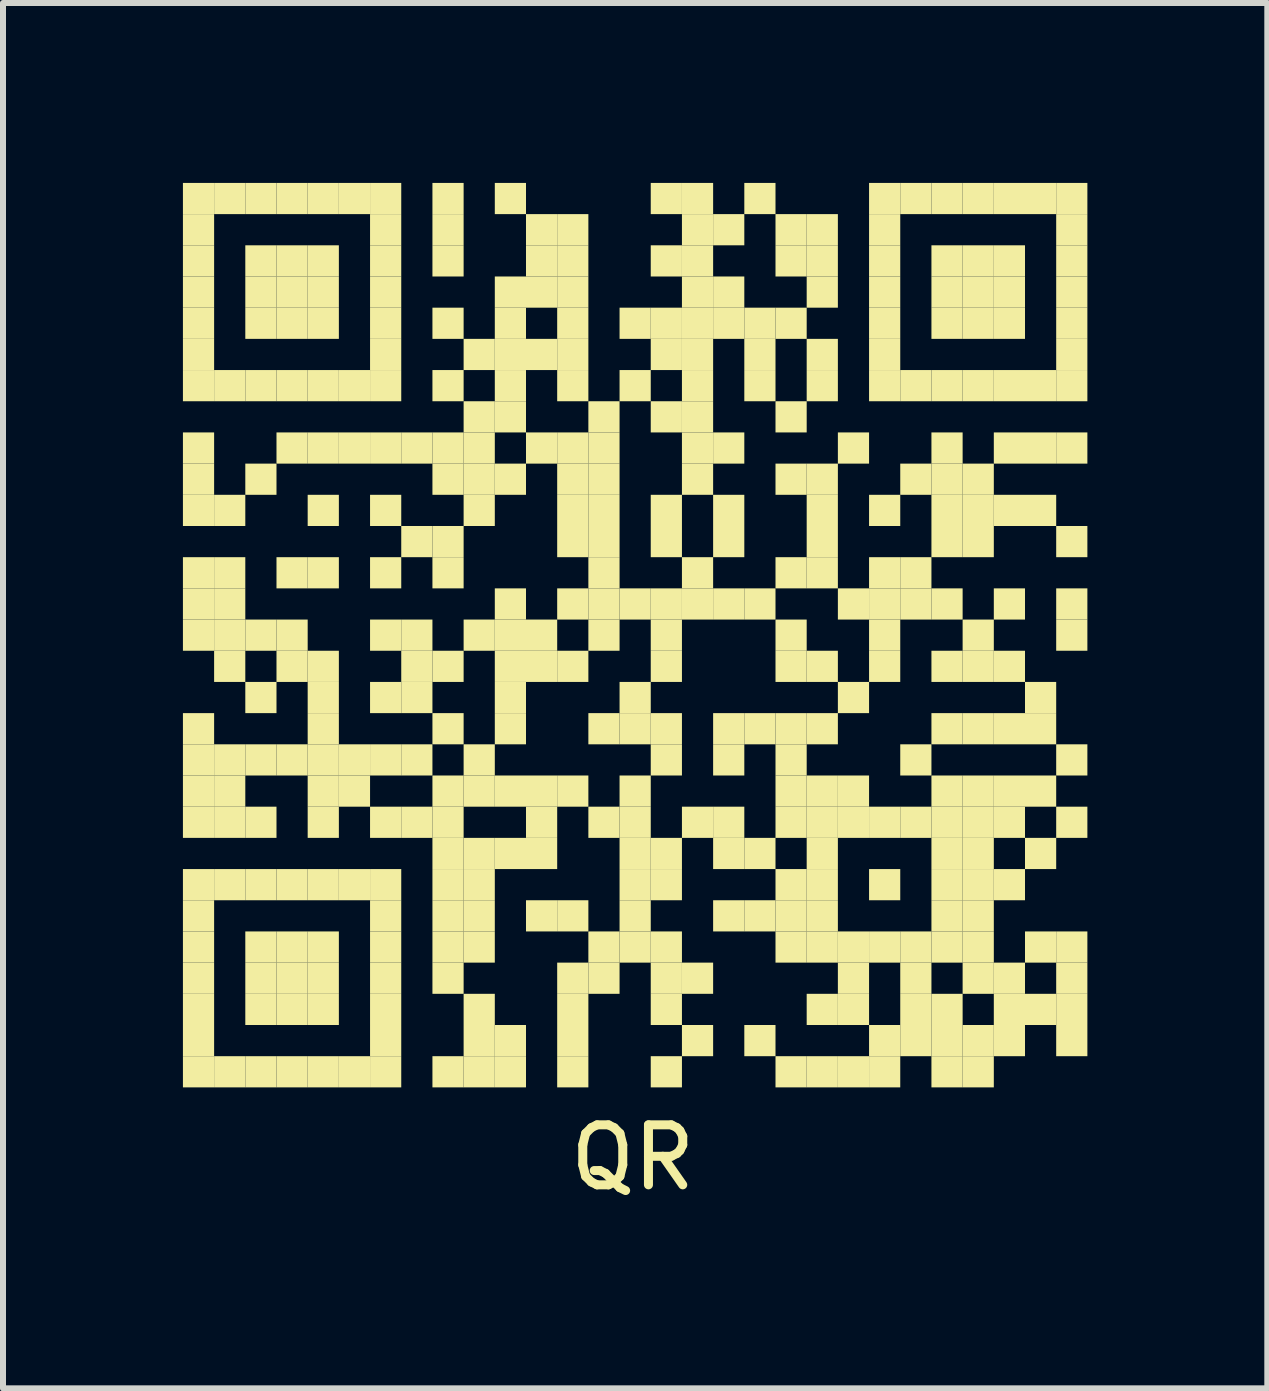
<source format=kicad_pcb>
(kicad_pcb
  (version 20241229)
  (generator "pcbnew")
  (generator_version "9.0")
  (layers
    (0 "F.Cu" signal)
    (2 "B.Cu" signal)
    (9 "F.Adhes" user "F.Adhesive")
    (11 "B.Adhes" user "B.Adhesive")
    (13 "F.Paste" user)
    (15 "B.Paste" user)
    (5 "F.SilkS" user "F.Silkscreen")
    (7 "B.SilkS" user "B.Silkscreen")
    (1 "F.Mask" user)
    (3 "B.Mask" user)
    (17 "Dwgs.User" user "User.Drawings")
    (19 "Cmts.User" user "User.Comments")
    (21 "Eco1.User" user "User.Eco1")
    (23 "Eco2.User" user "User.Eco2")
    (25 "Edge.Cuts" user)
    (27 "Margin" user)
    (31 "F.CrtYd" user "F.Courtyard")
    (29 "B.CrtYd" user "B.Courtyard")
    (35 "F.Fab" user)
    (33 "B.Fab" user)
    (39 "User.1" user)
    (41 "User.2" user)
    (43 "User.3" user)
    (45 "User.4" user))
  (footprint "QR"
    (layer "F.Cu")
    (at 7.5 7.5)
    (property "Reference" "QR" (at 0 8.75 0) (layer "F.SilkS") (effects (font (size 1 1) (thickness 0.15))))
    (attr exclude_from_pos_files exclude_from_bom)
    (fp_poly (pts (xy -7.5 -7.5) (xy -7.5 -6.98) (xy -6.98 -6.98) (xy -6.98 -7.5)) (stroke (width 0) (type solid)) (fill yes) (layer "F.SilkS"))
    (fp_poly (pts (xy -7.5 -6.98) (xy -7.5 -6.46) (xy -6.98 -6.46) (xy -6.98 -6.98)) (stroke (width 0) (type solid)) (fill yes) (layer "F.SilkS"))
    (fp_poly (pts (xy -7.5 -6.46) (xy -7.5 -5.94) (xy -6.98 -5.94) (xy -6.98 -6.46)) (stroke (width 0) (type solid)) (fill yes) (layer "F.SilkS"))
    (fp_poly (pts (xy -7.5 -5.94) (xy -7.5 -5.42) (xy -6.98 -5.42) (xy -6.98 -5.94)) (stroke (width 0) (type solid)) (fill yes) (layer "F.SilkS"))
    (fp_poly (pts (xy -7.5 -5.42) (xy -7.5 -4.9) (xy -6.98 -4.9) (xy -6.98 -5.42)) (stroke (width 0) (type solid)) (fill yes) (layer "F.SilkS"))
    (fp_poly (pts (xy -7.5 -4.9) (xy -7.5 -4.38) (xy -6.98 -4.38) (xy -6.98 -4.9)) (stroke (width 0) (type solid)) (fill yes) (layer "F.SilkS"))
    (fp_poly (pts (xy -7.5 -4.38) (xy -7.5 -3.86) (xy -6.98 -3.86) (xy -6.98 -4.38)) (stroke (width 0) (type solid)) (fill yes) (layer "F.SilkS"))
    (fp_poly (pts (xy -7.5 -3.34) (xy -7.5 -2.82) (xy -6.98 -2.82) (xy -6.98 -3.34)) (stroke (width 0) (type solid)) (fill yes) (layer "F.SilkS"))
    (fp_poly (pts (xy -7.5 -2.82) (xy -7.5 -2.3) (xy -6.98 -2.3) (xy -6.98 -2.82)) (stroke (width 0) (type solid)) (fill yes) (layer "F.SilkS"))
    (fp_poly (pts (xy -7.5 -2.3) (xy -7.5 -1.78) (xy -6.98 -1.78) (xy -6.98 -2.3)) (stroke (width 0) (type solid)) (fill yes) (layer "F.SilkS"))
    (fp_poly (pts (xy -7.5 -1.26) (xy -7.5 -0.74) (xy -6.98 -0.74) (xy -6.98 -1.26)) (stroke (width 0) (type solid)) (fill yes) (layer "F.SilkS"))
    (fp_poly (pts (xy -7.5 -0.74) (xy -7.5 -0.22) (xy -6.98 -0.22) (xy -6.98 -0.74)) (stroke (width 0) (type solid)) (fill yes) (layer "F.SilkS"))
    (fp_poly (pts (xy -7.5 -0.22) (xy -7.5 0.3) (xy -6.98 0.3) (xy -6.98 -0.22)) (stroke (width 0) (type solid)) (fill yes) (layer "F.SilkS"))
    (fp_poly (pts (xy -7.5 1.34) (xy -7.5 1.86) (xy -6.98 1.86) (xy -6.98 1.34)) (stroke (width 0) (type solid)) (fill yes) (layer "F.SilkS"))
    (fp_poly (pts (xy -7.5 1.86) (xy -7.5 2.38) (xy -6.98 2.38) (xy -6.98 1.86)) (stroke (width 0) (type solid)) (fill yes) (layer "F.SilkS"))
    (fp_poly (pts (xy -7.5 2.38) (xy -7.5 2.9) (xy -6.98 2.9) (xy -6.98 2.38)) (stroke (width 0) (type solid)) (fill yes) (layer "F.SilkS"))
    (fp_poly (pts (xy -7.5 2.9) (xy -7.5 3.42) (xy -6.98 3.42) (xy -6.98 2.9)) (stroke (width 0) (type solid)) (fill yes) (layer "F.SilkS"))
    (fp_poly (pts (xy -7.5 3.94) (xy -7.5 4.46) (xy -6.98 4.46) (xy -6.98 3.94)) (stroke (width 0) (type solid)) (fill yes) (layer "F.SilkS"))
    (fp_poly (pts (xy -7.5 4.46) (xy -7.5 4.98) (xy -6.98 4.98) (xy -6.98 4.46)) (stroke (width 0) (type solid)) (fill yes) (layer "F.SilkS"))
    (fp_poly (pts (xy -7.5 4.98) (xy -7.5 5.5) (xy -6.98 5.5) (xy -6.98 4.98)) (stroke (width 0) (type solid)) (fill yes) (layer "F.SilkS"))
    (fp_poly (pts (xy -7.5 5.5) (xy -7.5 6.02) (xy -6.98 6.02) (xy -6.98 5.5)) (stroke (width 0) (type solid)) (fill yes) (layer "F.SilkS"))
    (fp_poly (pts (xy -7.5 6.02) (xy -7.5 6.54) (xy -6.98 6.54) (xy -6.98 6.02)) (stroke (width 0) (type solid)) (fill yes) (layer "F.SilkS"))
    (fp_poly (pts (xy -7.5 6.54) (xy -7.5 7.06) (xy -6.98 7.06) (xy -6.98 6.54)) (stroke (width 0) (type solid)) (fill yes) (layer "F.SilkS"))
    (fp_poly (pts (xy -7.5 7.06) (xy -7.5 7.58) (xy -6.98 7.58) (xy -6.98 7.06)) (stroke (width 0) (type solid)) (fill yes) (layer "F.SilkS"))
    (fp_poly (pts (xy -6.98 -7.5) (xy -6.98 -6.98) (xy -6.46 -6.98) (xy -6.46 -7.5)) (stroke (width 0) (type solid)) (fill yes) (layer "F.SilkS"))
    (fp_poly (pts (xy -6.98 -4.38) (xy -6.98 -3.86) (xy -6.46 -3.86) (xy -6.46 -4.38)) (stroke (width 0) (type solid)) (fill yes) (layer "F.SilkS"))
    (fp_poly (pts (xy -6.98 -2.3) (xy -6.98 -1.78) (xy -6.46 -1.78) (xy -6.46 -2.3)) (stroke (width 0) (type solid)) (fill yes) (layer "F.SilkS"))
    (fp_poly (pts (xy -6.98 -1.26) (xy -6.98 -0.74) (xy -6.46 -0.74) (xy -6.46 -1.26)) (stroke (width 0) (type solid)) (fill yes) (layer "F.SilkS"))
    (fp_poly (pts (xy -6.98 -0.74) (xy -6.98 -0.22) (xy -6.46 -0.22) (xy -6.46 -0.74)) (stroke (width 0) (type solid)) (fill yes) (layer "F.SilkS"))
    (fp_poly (pts (xy -6.98 -0.22) (xy -6.98 0.3) (xy -6.46 0.3) (xy -6.46 -0.22)) (stroke (width 0) (type solid)) (fill yes) (layer "F.SilkS"))
    (fp_poly (pts (xy -6.98 0.3) (xy -6.98 0.82) (xy -6.46 0.82) (xy -6.46 0.3)) (stroke (width 0) (type solid)) (fill yes) (layer "F.SilkS"))
    (fp_poly (pts (xy -6.98 1.86) (xy -6.98 2.38) (xy -6.46 2.38) (xy -6.46 1.86)) (stroke (width 0) (type solid)) (fill yes) (layer "F.SilkS"))
    (fp_poly (pts (xy -6.98 2.38) (xy -6.98 2.9) (xy -6.46 2.9) (xy -6.46 2.38)) (stroke (width 0) (type solid)) (fill yes) (layer "F.SilkS"))
    (fp_poly (pts (xy -6.98 2.9) (xy -6.98 3.42) (xy -6.46 3.42) (xy -6.46 2.9)) (stroke (width 0) (type solid)) (fill yes) (layer "F.SilkS"))
    (fp_poly (pts (xy -6.98 3.94) (xy -6.98 4.46) (xy -6.46 4.46) (xy -6.46 3.94)) (stroke (width 0) (type solid)) (fill yes) (layer "F.SilkS"))
    (fp_poly (pts (xy -6.98 7.06) (xy -6.98 7.58) (xy -6.46 7.58) (xy -6.46 7.06)) (stroke (width 0) (type solid)) (fill yes) (layer "F.SilkS"))
    (fp_poly (pts (xy -6.46 -7.5) (xy -6.46 -6.98) (xy -5.94 -6.98) (xy -5.94 -7.5)) (stroke (width 0) (type solid)) (fill yes) (layer "F.SilkS"))
    (fp_poly (pts (xy -6.46 -6.46) (xy -6.46 -5.94) (xy -5.94 -5.94) (xy -5.94 -6.46)) (stroke (width 0) (type solid)) (fill yes) (layer "F.SilkS"))
    (fp_poly (pts (xy -6.46 -5.94) (xy -6.46 -5.42) (xy -5.94 -5.42) (xy -5.94 -5.94)) (stroke (width 0) (type solid)) (fill yes) (layer "F.SilkS"))
    (fp_poly (pts (xy -6.46 -5.42) (xy -6.46 -4.9) (xy -5.94 -4.9) (xy -5.94 -5.42)) (stroke (width 0) (type solid)) (fill yes) (layer "F.SilkS"))
    (fp_poly (pts (xy -6.46 -4.38) (xy -6.46 -3.86) (xy -5.94 -3.86) (xy -5.94 -4.38)) (stroke (width 0) (type solid)) (fill yes) (layer "F.SilkS"))
    (fp_poly (pts (xy -6.46 -2.82) (xy -6.46 -2.3) (xy -5.94 -2.3) (xy -5.94 -2.82)) (stroke (width 0) (type solid)) (fill yes) (layer "F.SilkS"))
    (fp_poly (pts (xy -6.46 -0.22) (xy -6.46 0.3) (xy -5.94 0.3) (xy -5.94 -0.22)) (stroke (width 0) (type solid)) (fill yes) (layer "F.SilkS"))
    (fp_poly (pts (xy -6.46 0.82) (xy -6.46 1.34) (xy -5.94 1.34) (xy -5.94 0.82)) (stroke (width 0) (type solid)) (fill yes) (layer "F.SilkS"))
    (fp_poly (pts (xy -6.46 1.86) (xy -6.46 2.38) (xy -5.94 2.38) (xy -5.94 1.86)) (stroke (width 0) (type solid)) (fill yes) (layer "F.SilkS"))
    (fp_poly (pts (xy -6.46 2.9) (xy -6.46 3.42) (xy -5.94 3.42) (xy -5.94 2.9)) (stroke (width 0) (type solid)) (fill yes) (layer "F.SilkS"))
    (fp_poly (pts (xy -6.46 3.94) (xy -6.46 4.46) (xy -5.94 4.46) (xy -5.94 3.94)) (stroke (width 0) (type solid)) (fill yes) (layer "F.SilkS"))
    (fp_poly (pts (xy -6.46 4.98) (xy -6.46 5.5) (xy -5.94 5.5) (xy -5.94 4.98)) (stroke (width 0) (type solid)) (fill yes) (layer "F.SilkS"))
    (fp_poly (pts (xy -6.46 5.5) (xy -6.46 6.02) (xy -5.94 6.02) (xy -5.94 5.5)) (stroke (width 0) (type solid)) (fill yes) (layer "F.SilkS"))
    (fp_poly (pts (xy -6.46 6.02) (xy -6.46 6.54) (xy -5.94 6.54) (xy -5.94 6.02)) (stroke (width 0) (type solid)) (fill yes) (layer "F.SilkS"))
    (fp_poly (pts (xy -6.46 7.06) (xy -6.46 7.58) (xy -5.94 7.58) (xy -5.94 7.06)) (stroke (width 0) (type solid)) (fill yes) (layer "F.SilkS"))
    (fp_poly (pts (xy -5.94 -7.5) (xy -5.94 -6.98) (xy -5.42 -6.98) (xy -5.42 -7.5)) (stroke (width 0) (type solid)) (fill yes) (layer "F.SilkS"))
    (fp_poly (pts (xy -5.94 -6.46) (xy -5.94 -5.94) (xy -5.42 -5.94) (xy -5.42 -6.46)) (stroke (width 0) (type solid)) (fill yes) (layer "F.SilkS"))
    (fp_poly (pts (xy -5.94 -5.94) (xy -5.94 -5.42) (xy -5.42 -5.42) (xy -5.42 -5.94)) (stroke (width 0) (type solid)) (fill yes) (layer "F.SilkS"))
    (fp_poly (pts (xy -5.94 -5.42) (xy -5.94 -4.9) (xy -5.42 -4.9) (xy -5.42 -5.42)) (stroke (width 0) (type solid)) (fill yes) (layer "F.SilkS"))
    (fp_poly (pts (xy -5.94 -4.38) (xy -5.94 -3.86) (xy -5.42 -3.86) (xy -5.42 -4.38)) (stroke (width 0) (type solid)) (fill yes) (layer "F.SilkS"))
    (fp_poly (pts (xy -5.94 -3.34) (xy -5.94 -2.82) (xy -5.42 -2.82) (xy -5.42 -3.34)) (stroke (width 0) (type solid)) (fill yes) (layer "F.SilkS"))
    (fp_poly (pts (xy -5.94 -1.26) (xy -5.94 -0.74) (xy -5.42 -0.74) (xy -5.42 -1.26)) (stroke (width 0) (type solid)) (fill yes) (layer "F.SilkS"))
    (fp_poly (pts (xy -5.94 -0.22) (xy -5.94 0.3) (xy -5.42 0.3) (xy -5.42 -0.22)) (stroke (width 0) (type solid)) (fill yes) (layer "F.SilkS"))
    (fp_poly (pts (xy -5.94 0.3) (xy -5.94 0.82) (xy -5.42 0.82) (xy -5.42 0.3)) (stroke (width 0) (type solid)) (fill yes) (layer "F.SilkS"))
    (fp_poly (pts (xy -5.94 1.86) (xy -5.94 2.38) (xy -5.42 2.38) (xy -5.42 1.86)) (stroke (width 0) (type solid)) (fill yes) (layer "F.SilkS"))
    (fp_poly (pts (xy -5.94 3.94) (xy -5.94 4.46) (xy -5.42 4.46) (xy -5.42 3.94)) (stroke (width 0) (type solid)) (fill yes) (layer "F.SilkS"))
    (fp_poly (pts (xy -5.94 4.98) (xy -5.94 5.5) (xy -5.42 5.5) (xy -5.42 4.98)) (stroke (width 0) (type solid)) (fill yes) (layer "F.SilkS"))
    (fp_poly (pts (xy -5.94 5.5) (xy -5.94 6.02) (xy -5.42 6.02) (xy -5.42 5.5)) (stroke (width 0) (type solid)) (fill yes) (layer "F.SilkS"))
    (fp_poly (pts (xy -5.94 6.02) (xy -5.94 6.54) (xy -5.42 6.54) (xy -5.42 6.02)) (stroke (width 0) (type solid)) (fill yes) (layer "F.SilkS"))
    (fp_poly (pts (xy -5.94 7.06) (xy -5.94 7.58) (xy -5.42 7.58) (xy -5.42 7.06)) (stroke (width 0) (type solid)) (fill yes) (layer "F.SilkS"))
    (fp_poly (pts (xy -5.42 -7.5) (xy -5.42 -6.98) (xy -4.9 -6.98) (xy -4.9 -7.5)) (stroke (width 0) (type solid)) (fill yes) (layer "F.SilkS"))
    (fp_poly (pts (xy -5.42 -6.46) (xy -5.42 -5.94) (xy -4.9 -5.94) (xy -4.9 -6.46)) (stroke (width 0) (type solid)) (fill yes) (layer "F.SilkS"))
    (fp_poly (pts (xy -5.42 -5.94) (xy -5.42 -5.42) (xy -4.9 -5.42) (xy -4.9 -5.94)) (stroke (width 0) (type solid)) (fill yes) (layer "F.SilkS"))
    (fp_poly (pts (xy -5.42 -5.42) (xy -5.42 -4.9) (xy -4.9 -4.9) (xy -4.9 -5.42)) (stroke (width 0) (type solid)) (fill yes) (layer "F.SilkS"))
    (fp_poly (pts (xy -5.42 -4.38) (xy -5.42 -3.86) (xy -4.9 -3.86) (xy -4.9 -4.38)) (stroke (width 0) (type solid)) (fill yes) (layer "F.SilkS"))
    (fp_poly (pts (xy -5.42 -3.34) (xy -5.42 -2.82) (xy -4.9 -2.82) (xy -4.9 -3.34)) (stroke (width 0) (type solid)) (fill yes) (layer "F.SilkS"))
    (fp_poly (pts (xy -5.42 -2.3) (xy -5.42 -1.78) (xy -4.9 -1.78) (xy -4.9 -2.3)) (stroke (width 0) (type solid)) (fill yes) (layer "F.SilkS"))
    (fp_poly (pts (xy -5.42 -1.26) (xy -5.42 -0.74) (xy -4.9 -0.74) (xy -4.9 -1.26)) (stroke (width 0) (type solid)) (fill yes) (layer "F.SilkS"))
    (fp_poly (pts (xy -5.42 0.3) (xy -5.42 0.82) (xy -4.9 0.82) (xy -4.9 0.3)) (stroke (width 0) (type solid)) (fill yes) (layer "F.SilkS"))
    (fp_poly (pts (xy -5.42 0.82) (xy -5.42 1.34) (xy -4.9 1.34) (xy -4.9 0.82)) (stroke (width 0) (type solid)) (fill yes) (layer "F.SilkS"))
    (fp_poly (pts (xy -5.42 1.34) (xy -5.42 1.86) (xy -4.9 1.86) (xy -4.9 1.34)) (stroke (width 0) (type solid)) (fill yes) (layer "F.SilkS"))
    (fp_poly (pts (xy -5.42 1.86) (xy -5.42 2.38) (xy -4.9 2.38) (xy -4.9 1.86)) (stroke (width 0) (type solid)) (fill yes) (layer "F.SilkS"))
    (fp_poly (pts (xy -5.42 2.38) (xy -5.42 2.9) (xy -4.9 2.9) (xy -4.9 2.38)) (stroke (width 0) (type solid)) (fill yes) (layer "F.SilkS"))
    (fp_poly (pts (xy -5.42 2.9) (xy -5.42 3.42) (xy -4.9 3.42) (xy -4.9 2.9)) (stroke (width 0) (type solid)) (fill yes) (layer "F.SilkS"))
    (fp_poly (pts (xy -5.42 3.94) (xy -5.42 4.46) (xy -4.9 4.46) (xy -4.9 3.94)) (stroke (width 0) (type solid)) (fill yes) (layer "F.SilkS"))
    (fp_poly (pts (xy -5.42 4.98) (xy -5.42 5.5) (xy -4.9 5.5) (xy -4.9 4.98)) (stroke (width 0) (type solid)) (fill yes) (layer "F.SilkS"))
    (fp_poly (pts (xy -5.42 5.5) (xy -5.42 6.02) (xy -4.9 6.02) (xy -4.9 5.5)) (stroke (width 0) (type solid)) (fill yes) (layer "F.SilkS"))
    (fp_poly (pts (xy -5.42 6.02) (xy -5.42 6.54) (xy -4.9 6.54) (xy -4.9 6.02)) (stroke (width 0) (type solid)) (fill yes) (layer "F.SilkS"))
    (fp_poly (pts (xy -5.42 7.06) (xy -5.42 7.58) (xy -4.9 7.58) (xy -4.9 7.06)) (stroke (width 0) (type solid)) (fill yes) (layer "F.SilkS"))
    (fp_poly (pts (xy -4.9 -7.5) (xy -4.9 -6.98) (xy -4.38 -6.98) (xy -4.38 -7.5)) (stroke (width 0) (type solid)) (fill yes) (layer "F.SilkS"))
    (fp_poly (pts (xy -4.9 -4.38) (xy -4.9 -3.86) (xy -4.38 -3.86) (xy -4.38 -4.38)) (stroke (width 0) (type solid)) (fill yes) (layer "F.SilkS"))
    (fp_poly (pts (xy -4.9 -3.34) (xy -4.9 -2.82) (xy -4.38 -2.82) (xy -4.38 -3.34)) (stroke (width 0) (type solid)) (fill yes) (layer "F.SilkS"))
    (fp_poly (pts (xy -4.9 1.86) (xy -4.9 2.38) (xy -4.38 2.38) (xy -4.38 1.86)) (stroke (width 0) (type solid)) (fill yes) (layer "F.SilkS"))
    (fp_poly (pts (xy -4.9 2.38) (xy -4.9 2.9) (xy -4.38 2.9) (xy -4.38 2.38)) (stroke (width 0) (type solid)) (fill yes) (layer "F.SilkS"))
    (fp_poly (pts (xy -4.9 3.94) (xy -4.9 4.46) (xy -4.38 4.46) (xy -4.38 3.94)) (stroke (width 0) (type solid)) (fill yes) (layer "F.SilkS"))
    (fp_poly (pts (xy -4.9 7.06) (xy -4.9 7.58) (xy -4.38 7.58) (xy -4.38 7.06)) (stroke (width 0) (type solid)) (fill yes) (layer "F.SilkS"))
    (fp_poly (pts (xy -4.38 -7.5) (xy -4.38 -6.98) (xy -3.86 -6.98) (xy -3.86 -7.5)) (stroke (width 0) (type solid)) (fill yes) (layer "F.SilkS"))
    (fp_poly (pts (xy -4.38 -6.98) (xy -4.38 -6.46) (xy -3.86 -6.46) (xy -3.86 -6.98)) (stroke (width 0) (type solid)) (fill yes) (layer "F.SilkS"))
    (fp_poly (pts (xy -4.38 -6.46) (xy -4.38 -5.94) (xy -3.86 -5.94) (xy -3.86 -6.46)) (stroke (width 0) (type solid)) (fill yes) (layer "F.SilkS"))
    (fp_poly (pts (xy -4.38 -5.94) (xy -4.38 -5.42) (xy -3.86 -5.42) (xy -3.86 -5.94)) (stroke (width 0) (type solid)) (fill yes) (layer "F.SilkS"))
    (fp_poly (pts (xy -4.38 -5.42) (xy -4.38 -4.9) (xy -3.86 -4.9) (xy -3.86 -5.42)) (stroke (width 0) (type solid)) (fill yes) (layer "F.SilkS"))
    (fp_poly (pts (xy -4.38 -4.9) (xy -4.38 -4.38) (xy -3.86 -4.38) (xy -3.86 -4.9)) (stroke (width 0) (type solid)) (fill yes) (layer "F.SilkS"))
    (fp_poly (pts (xy -4.38 -4.38) (xy -4.38 -3.86) (xy -3.86 -3.86) (xy -3.86 -4.38)) (stroke (width 0) (type solid)) (fill yes) (layer "F.SilkS"))
    (fp_poly (pts (xy -4.38 -3.34) (xy -4.38 -2.82) (xy -3.86 -2.82) (xy -3.86 -3.34)) (stroke (width 0) (type solid)) (fill yes) (layer "F.SilkS"))
    (fp_poly (pts (xy -4.38 -2.3) (xy -4.38 -1.78) (xy -3.86 -1.78) (xy -3.86 -2.3)) (stroke (width 0) (type solid)) (fill yes) (layer "F.SilkS"))
    (fp_poly (pts (xy -4.38 -1.26) (xy -4.38 -0.74) (xy -3.86 -0.74) (xy -3.86 -1.26)) (stroke (width 0) (type solid)) (fill yes) (layer "F.SilkS"))
    (fp_poly (pts (xy -4.38 -0.22) (xy -4.38 0.3) (xy -3.86 0.3) (xy -3.86 -0.22)) (stroke (width 0) (type solid)) (fill yes) (layer "F.SilkS"))
    (fp_poly (pts (xy -4.38 0.82) (xy -4.38 1.34) (xy -3.86 1.34) (xy -3.86 0.82)) (stroke (width 0) (type solid)) (fill yes) (layer "F.SilkS"))
    (fp_poly (pts (xy -4.38 1.86) (xy -4.38 2.38) (xy -3.86 2.38) (xy -3.86 1.86)) (stroke (width 0) (type solid)) (fill yes) (layer "F.SilkS"))
    (fp_poly (pts (xy -4.38 2.9) (xy -4.38 3.42) (xy -3.86 3.42) (xy -3.86 2.9)) (stroke (width 0) (type solid)) (fill yes) (layer "F.SilkS"))
    (fp_poly (pts (xy -4.38 3.94) (xy -4.38 4.46) (xy -3.86 4.46) (xy -3.86 3.94)) (stroke (width 0) (type solid)) (fill yes) (layer "F.SilkS"))
    (fp_poly (pts (xy -4.38 4.46) (xy -4.38 4.98) (xy -3.86 4.98) (xy -3.86 4.46)) (stroke (width 0) (type solid)) (fill yes) (layer "F.SilkS"))
    (fp_poly (pts (xy -4.38 4.98) (xy -4.38 5.5) (xy -3.86 5.5) (xy -3.86 4.98)) (stroke (width 0) (type solid)) (fill yes) (layer "F.SilkS"))
    (fp_poly (pts (xy -4.38 5.5) (xy -4.38 6.02) (xy -3.86 6.02) (xy -3.86 5.5)) (stroke (width 0) (type solid)) (fill yes) (layer "F.SilkS"))
    (fp_poly (pts (xy -4.38 6.02) (xy -4.38 6.54) (xy -3.86 6.54) (xy -3.86 6.02)) (stroke (width 0) (type solid)) (fill yes) (layer "F.SilkS"))
    (fp_poly (pts (xy -4.38 6.54) (xy -4.38 7.06) (xy -3.86 7.06) (xy -3.86 6.54)) (stroke (width 0) (type solid)) (fill yes) (layer "F.SilkS"))
    (fp_poly (pts (xy -4.38 7.06) (xy -4.38 7.58) (xy -3.86 7.58) (xy -3.86 7.06)) (stroke (width 0) (type solid)) (fill yes) (layer "F.SilkS"))
    (fp_poly (pts (xy -3.86 -3.34) (xy -3.86 -2.82) (xy -3.34 -2.82) (xy -3.34 -3.34)) (stroke (width 0) (type solid)) (fill yes) (layer "F.SilkS"))
    (fp_poly (pts (xy -3.86 -1.78) (xy -3.86 -1.26) (xy -3.34 -1.26) (xy -3.34 -1.78)) (stroke (width 0) (type solid)) (fill yes) (layer "F.SilkS"))
    (fp_poly (pts (xy -3.86 -0.22) (xy -3.86 0.3) (xy -3.34 0.3) (xy -3.34 -0.22)) (stroke (width 0) (type solid)) (fill yes) (layer "F.SilkS"))
    (fp_poly (pts (xy -3.86 0.3) (xy -3.86 0.82) (xy -3.34 0.82) (xy -3.34 0.3)) (stroke (width 0) (type solid)) (fill yes) (layer "F.SilkS"))
    (fp_poly (pts (xy -3.86 0.82) (xy -3.86 1.34) (xy -3.34 1.34) (xy -3.34 0.82)) (stroke (width 0) (type solid)) (fill yes) (layer "F.SilkS"))
    (fp_poly (pts (xy -3.86 1.86) (xy -3.86 2.38) (xy -3.34 2.38) (xy -3.34 1.86)) (stroke (width 0) (type solid)) (fill yes) (layer "F.SilkS"))
    (fp_poly (pts (xy -3.86 2.9) (xy -3.86 3.42) (xy -3.34 3.42) (xy -3.34 2.9)) (stroke (width 0) (type solid)) (fill yes) (layer "F.SilkS"))
    (fp_poly (pts (xy -3.34 -7.5) (xy -3.34 -6.98) (xy -2.82 -6.98) (xy -2.82 -7.5)) (stroke (width 0) (type solid)) (fill yes) (layer "F.SilkS"))
    (fp_poly (pts (xy -3.34 -6.98) (xy -3.34 -6.46) (xy -2.82 -6.46) (xy -2.82 -6.98)) (stroke (width 0) (type solid)) (fill yes) (layer "F.SilkS"))
    (fp_poly (pts (xy -3.34 -6.46) (xy -3.34 -5.94) (xy -2.82 -5.94) (xy -2.82 -6.46)) (stroke (width 0) (type solid)) (fill yes) (layer "F.SilkS"))
    (fp_poly (pts (xy -3.34 -5.42) (xy -3.34 -4.9) (xy -2.82 -4.9) (xy -2.82 -5.42)) (stroke (width 0) (type solid)) (fill yes) (layer "F.SilkS"))
    (fp_poly (pts (xy -3.34 -4.38) (xy -3.34 -3.86) (xy -2.82 -3.86) (xy -2.82 -4.38)) (stroke (width 0) (type solid)) (fill yes) (layer "F.SilkS"))
    (fp_poly (pts (xy -3.34 -3.34) (xy -3.34 -2.82) (xy -2.82 -2.82) (xy -2.82 -3.34)) (stroke (width 0) (type solid)) (fill yes) (layer "F.SilkS"))
    (fp_poly (pts (xy -3.34 -2.82) (xy -3.34 -2.3) (xy -2.82 -2.3) (xy -2.82 -2.82)) (stroke (width 0) (type solid)) (fill yes) (layer "F.SilkS"))
    (fp_poly (pts (xy -3.34 -1.78) (xy -3.34 -1.26) (xy -2.82 -1.26) (xy -2.82 -1.78)) (stroke (width 0) (type solid)) (fill yes) (layer "F.SilkS"))
    (fp_poly (pts (xy -3.34 -1.26) (xy -3.34 -0.74) (xy -2.82 -0.74) (xy -2.82 -1.26)) (stroke (width 0) (type solid)) (fill yes) (layer "F.SilkS"))
    (fp_poly (pts (xy -3.34 0.3) (xy -3.34 0.82) (xy -2.82 0.82) (xy -2.82 0.3)) (stroke (width 0) (type solid)) (fill yes) (layer "F.SilkS"))
    (fp_poly (pts (xy -3.34 1.34) (xy -3.34 1.86) (xy -2.82 1.86) (xy -2.82 1.34)) (stroke (width 0) (type solid)) (fill yes) (layer "F.SilkS"))
    (fp_poly (pts (xy -3.34 2.38) (xy -3.34 2.9) (xy -2.82 2.9) (xy -2.82 2.38)) (stroke (width 0) (type solid)) (fill yes) (layer "F.SilkS"))
    (fp_poly (pts (xy -3.34 2.9) (xy -3.34 3.42) (xy -2.82 3.42) (xy -2.82 2.9)) (stroke (width 0) (type solid)) (fill yes) (layer "F.SilkS"))
    (fp_poly (pts (xy -3.34 3.42) (xy -3.34 3.94) (xy -2.82 3.94) (xy -2.82 3.42)) (stroke (width 0) (type solid)) (fill yes) (layer "F.SilkS"))
    (fp_poly (pts (xy -3.34 3.94) (xy -3.34 4.46) (xy -2.82 4.46) (xy -2.82 3.94)) (stroke (width 0) (type solid)) (fill yes) (layer "F.SilkS"))
    (fp_poly (pts (xy -3.34 4.46) (xy -3.34 4.98) (xy -2.82 4.98) (xy -2.82 4.46)) (stroke (width 0) (type solid)) (fill yes) (layer "F.SilkS"))
    (fp_poly (pts (xy -3.34 4.98) (xy -3.34 5.5) (xy -2.82 5.5) (xy -2.82 4.98)) (stroke (width 0) (type solid)) (fill yes) (layer "F.SilkS"))
    (fp_poly (pts (xy -3.34 5.5) (xy -3.34 6.02) (xy -2.82 6.02) (xy -2.82 5.5)) (stroke (width 0) (type solid)) (fill yes) (layer "F.SilkS"))
    (fp_poly (pts (xy -3.34 7.06) (xy -3.34 7.58) (xy -2.82 7.58) (xy -2.82 7.06)) (stroke (width 0) (type solid)) (fill yes) (layer "F.SilkS"))
    (fp_poly (pts (xy -2.82 -4.9) (xy -2.82 -4.38) (xy -2.3 -4.38) (xy -2.3 -4.9)) (stroke (width 0) (type solid)) (fill yes) (layer "F.SilkS"))
    (fp_poly (pts (xy -2.82 -3.86) (xy -2.82 -3.34) (xy -2.3 -3.34) (xy -2.3 -3.86)) (stroke (width 0) (type solid)) (fill yes) (layer "F.SilkS"))
    (fp_poly (pts (xy -2.82 -3.34) (xy -2.82 -2.82) (xy -2.3 -2.82) (xy -2.3 -3.34)) (stroke (width 0) (type solid)) (fill yes) (layer "F.SilkS"))
    (fp_poly (pts (xy -2.82 -2.82) (xy -2.82 -2.3) (xy -2.3 -2.3) (xy -2.3 -2.82)) (stroke (width 0) (type solid)) (fill yes) (layer "F.SilkS"))
    (fp_poly (pts (xy -2.82 -2.3) (xy -2.82 -1.78) (xy -2.3 -1.78) (xy -2.3 -2.3)) (stroke (width 0) (type solid)) (fill yes) (layer "F.SilkS"))
    (fp_poly (pts (xy -2.82 -0.22) (xy -2.82 0.3) (xy -2.3 0.3) (xy -2.3 -0.22)) (stroke (width 0) (type solid)) (fill yes) (layer "F.SilkS"))
    (fp_poly (pts (xy -2.82 1.86) (xy -2.82 2.38) (xy -2.3 2.38) (xy -2.3 1.86)) (stroke (width 0) (type solid)) (fill yes) (layer "F.SilkS"))
    (fp_poly (pts (xy -2.82 2.38) (xy -2.82 2.9) (xy -2.3 2.9) (xy -2.3 2.38)) (stroke (width 0) (type solid)) (fill yes) (layer "F.SilkS"))
    (fp_poly (pts (xy -2.82 3.42) (xy -2.82 3.94) (xy -2.3 3.94) (xy -2.3 3.42)) (stroke (width 0) (type solid)) (fill yes) (layer "F.SilkS"))
    (fp_poly (pts (xy -2.82 3.94) (xy -2.82 4.46) (xy -2.3 4.46) (xy -2.3 3.94)) (stroke (width 0) (type solid)) (fill yes) (layer "F.SilkS"))
    (fp_poly (pts (xy -2.82 4.46) (xy -2.82 4.98) (xy -2.3 4.98) (xy -2.3 4.46)) (stroke (width 0) (type solid)) (fill yes) (layer "F.SilkS"))
    (fp_poly (pts (xy -2.82 4.98) (xy -2.82 5.5) (xy -2.3 5.5) (xy -2.3 4.98)) (stroke (width 0) (type solid)) (fill yes) (layer "F.SilkS"))
    (fp_poly (pts (xy -2.82 6.02) (xy -2.82 6.54) (xy -2.3 6.54) (xy -2.3 6.02)) (stroke (width 0) (type solid)) (fill yes) (layer "F.SilkS"))
    (fp_poly (pts (xy -2.82 6.54) (xy -2.82 7.06) (xy -2.3 7.06) (xy -2.3 6.54)) (stroke (width 0) (type solid)) (fill yes) (layer "F.SilkS"))
    (fp_poly (pts (xy -2.82 7.06) (xy -2.82 7.58) (xy -2.3 7.58) (xy -2.3 7.06)) (stroke (width 0) (type solid)) (fill yes) (layer "F.SilkS"))
    (fp_poly (pts (xy -2.3 -7.5) (xy -2.3 -6.98) (xy -1.78 -6.98) (xy -1.78 -7.5)) (stroke (width 0) (type solid)) (fill yes) (layer "F.SilkS"))
    (fp_poly (pts (xy -2.3 -5.94) (xy -2.3 -5.42) (xy -1.78 -5.42) (xy -1.78 -5.94)) (stroke (width 0) (type solid)) (fill yes) (layer "F.SilkS"))
    (fp_poly (pts (xy -2.3 -5.42) (xy -2.3 -4.9) (xy -1.78 -4.9) (xy -1.78 -5.42)) (stroke (width 0) (type solid)) (fill yes) (layer "F.SilkS"))
    (fp_poly (pts (xy -2.3 -4.9) (xy -2.3 -4.38) (xy -1.78 -4.38) (xy -1.78 -4.9)) (stroke (width 0) (type solid)) (fill yes) (layer "F.SilkS"))
    (fp_poly (pts (xy -2.3 -4.38) (xy -2.3 -3.86) (xy -1.78 -3.86) (xy -1.78 -4.38)) (stroke (width 0) (type solid)) (fill yes) (layer "F.SilkS"))
    (fp_poly (pts (xy -2.3 -3.86) (xy -2.3 -3.34) (xy -1.78 -3.34) (xy -1.78 -3.86)) (stroke (width 0) (type solid)) (fill yes) (layer "F.SilkS"))
    (fp_poly (pts (xy -2.3 -2.82) (xy -2.3 -2.3) (xy -1.78 -2.3) (xy -1.78 -2.82)) (stroke (width 0) (type solid)) (fill yes) (layer "F.SilkS"))
    (fp_poly (pts (xy -2.3 -0.74) (xy -2.3 -0.22) (xy -1.78 -0.22) (xy -1.78 -0.74)) (stroke (width 0) (type solid)) (fill yes) (layer "F.SilkS"))
    (fp_poly (pts (xy -2.3 -0.22) (xy -2.3 0.3) (xy -1.78 0.3) (xy -1.78 -0.22)) (stroke (width 0) (type solid)) (fill yes) (layer "F.SilkS"))
    (fp_poly (pts (xy -2.3 0.3) (xy -2.3 0.82) (xy -1.78 0.82) (xy -1.78 0.3)) (stroke (width 0) (type solid)) (fill yes) (layer "F.SilkS"))
    (fp_poly (pts (xy -2.3 0.82) (xy -2.3 1.34) (xy -1.78 1.34) (xy -1.78 0.82)) (stroke (width 0) (type solid)) (fill yes) (layer "F.SilkS"))
    (fp_poly (pts (xy -2.3 1.34) (xy -2.3 1.86) (xy -1.78 1.86) (xy -1.78 1.34)) (stroke (width 0) (type solid)) (fill yes) (layer "F.SilkS"))
    (fp_poly (pts (xy -2.3 2.38) (xy -2.3 2.9) (xy -1.78 2.9) (xy -1.78 2.38)) (stroke (width 0) (type solid)) (fill yes) (layer "F.SilkS"))
    (fp_poly (pts (xy -2.3 3.42) (xy -2.3 3.94) (xy -1.78 3.94) (xy -1.78 3.42)) (stroke (width 0) (type solid)) (fill yes) (layer "F.SilkS"))
    (fp_poly (pts (xy -2.3 6.54) (xy -2.3 7.06) (xy -1.78 7.06) (xy -1.78 6.54)) (stroke (width 0) (type solid)) (fill yes) (layer "F.SilkS"))
    (fp_poly (pts (xy -2.3 7.06) (xy -2.3 7.58) (xy -1.78 7.58) (xy -1.78 7.06)) (stroke (width 0) (type solid)) (fill yes) (layer "F.SilkS"))
    (fp_poly (pts (xy -1.78 -6.98) (xy -1.78 -6.46) (xy -1.26 -6.46) (xy -1.26 -6.98)) (stroke (width 0) (type solid)) (fill yes) (layer "F.SilkS"))
    (fp_poly (pts (xy -1.78 -6.46) (xy -1.78 -5.94) (xy -1.26 -5.94) (xy -1.26 -6.46)) (stroke (width 0) (type solid)) (fill yes) (layer "F.SilkS"))
    (fp_poly (pts (xy -1.78 -5.94) (xy -1.78 -5.42) (xy -1.26 -5.42) (xy -1.26 -5.94)) (stroke (width 0) (type solid)) (fill yes) (layer "F.SilkS"))
    (fp_poly (pts (xy -1.78 -4.9) (xy -1.78 -4.38) (xy -1.26 -4.38) (xy -1.26 -4.9)) (stroke (width 0) (type solid)) (fill yes) (layer "F.SilkS"))
    (fp_poly (pts (xy -1.78 -3.34) (xy -1.78 -2.82) (xy -1.26 -2.82) (xy -1.26 -3.34)) (stroke (width 0) (type solid)) (fill yes) (layer "F.SilkS"))
    (fp_poly (pts (xy -1.78 -0.22) (xy -1.78 0.3) (xy -1.26 0.3) (xy -1.26 -0.22)) (stroke (width 0) (type solid)) (fill yes) (layer "F.SilkS"))
    (fp_poly (pts (xy -1.78 0.3) (xy -1.78 0.82) (xy -1.26 0.82) (xy -1.26 0.3)) (stroke (width 0) (type solid)) (fill yes) (layer "F.SilkS"))
    (fp_poly (pts (xy -1.78 2.38) (xy -1.78 2.9) (xy -1.26 2.9) (xy -1.26 2.38)) (stroke (width 0) (type solid)) (fill yes) (layer "F.SilkS"))
    (fp_poly (pts (xy -1.78 2.9) (xy -1.78 3.42) (xy -1.26 3.42) (xy -1.26 2.9)) (stroke (width 0) (type solid)) (fill yes) (layer "F.SilkS"))
    (fp_poly (pts (xy -1.78 3.42) (xy -1.78 3.94) (xy -1.26 3.94) (xy -1.26 3.42)) (stroke (width 0) (type solid)) (fill yes) (layer "F.SilkS"))
    (fp_poly (pts (xy -1.78 4.46) (xy -1.78 4.98) (xy -1.26 4.98) (xy -1.26 4.46)) (stroke (width 0) (type solid)) (fill yes) (layer "F.SilkS"))
    (fp_poly (pts (xy -1.26 -6.98) (xy -1.26 -6.46) (xy -0.74 -6.46) (xy -0.74 -6.98)) (stroke (width 0) (type solid)) (fill yes) (layer "F.SilkS"))
    (fp_poly (pts (xy -1.26 -6.46) (xy -1.26 -5.94) (xy -0.74 -5.94) (xy -0.74 -6.46)) (stroke (width 0) (type solid)) (fill yes) (layer "F.SilkS"))
    (fp_poly (pts (xy -1.26 -5.94) (xy -1.26 -5.42) (xy -0.74 -5.42) (xy -0.74 -5.94)) (stroke (width 0) (type solid)) (fill yes) (layer "F.SilkS"))
    (fp_poly (pts (xy -1.26 -5.42) (xy -1.26 -4.9) (xy -0.74 -4.9) (xy -0.74 -5.42)) (stroke (width 0) (type solid)) (fill yes) (layer "F.SilkS"))
    (fp_poly (pts (xy -1.26 -4.9) (xy -1.26 -4.38) (xy -0.74 -4.38) (xy -0.74 -4.9)) (stroke (width 0) (type solid)) (fill yes) (layer "F.SilkS"))
    (fp_poly (pts (xy -1.26 -4.38) (xy -1.26 -3.86) (xy -0.74 -3.86) (xy -0.74 -4.38)) (stroke (width 0) (type solid)) (fill yes) (layer "F.SilkS"))
    (fp_poly (pts (xy -1.26 -3.34) (xy -1.26 -2.82) (xy -0.74 -2.82) (xy -0.74 -3.34)) (stroke (width 0) (type solid)) (fill yes) (layer "F.SilkS"))
    (fp_poly (pts (xy -1.26 -2.82) (xy -1.26 -2.3) (xy -0.74 -2.3) (xy -0.74 -2.82)) (stroke (width 0) (type solid)) (fill yes) (layer "F.SilkS"))
    (fp_poly (pts (xy -1.26 -2.3) (xy -1.26 -1.78) (xy -0.74 -1.78) (xy -0.74 -2.3)) (stroke (width 0) (type solid)) (fill yes) (layer "F.SilkS"))
    (fp_poly (pts (xy -1.26 -1.78) (xy -1.26 -1.26) (xy -0.74 -1.26) (xy -0.74 -1.78)) (stroke (width 0) (type solid)) (fill yes) (layer "F.SilkS"))
    (fp_poly (pts (xy -1.26 -0.74) (xy -1.26 -0.22) (xy -0.74 -0.22) (xy -0.74 -0.74)) (stroke (width 0) (type solid)) (fill yes) (layer "F.SilkS"))
    (fp_poly (pts (xy -1.26 0.3) (xy -1.26 0.82) (xy -0.74 0.82) (xy -0.74 0.3)) (stroke (width 0) (type solid)) (fill yes) (layer "F.SilkS"))
    (fp_poly (pts (xy -1.26 2.38) (xy -1.26 2.9) (xy -0.74 2.9) (xy -0.74 2.38)) (stroke (width 0) (type solid)) (fill yes) (layer "F.SilkS"))
    (fp_poly (pts (xy -1.26 4.46) (xy -1.26 4.98) (xy -0.74 4.98) (xy -0.74 4.46)) (stroke (width 0) (type solid)) (fill yes) (layer "F.SilkS"))
    (fp_poly (pts (xy -1.26 5.5) (xy -1.26 6.02) (xy -0.74 6.02) (xy -0.74 5.5)) (stroke (width 0) (type solid)) (fill yes) (layer "F.SilkS"))
    (fp_poly (pts (xy -1.26 6.02) (xy -1.26 6.54) (xy -0.74 6.54) (xy -0.74 6.02)) (stroke (width 0) (type solid)) (fill yes) (layer "F.SilkS"))
    (fp_poly (pts (xy -1.26 6.54) (xy -1.26 7.06) (xy -0.74 7.06) (xy -0.74 6.54)) (stroke (width 0) (type solid)) (fill yes) (layer "F.SilkS"))
    (fp_poly (pts (xy -1.26 7.06) (xy -1.26 7.58) (xy -0.74 7.58) (xy -0.74 7.06)) (stroke (width 0) (type solid)) (fill yes) (layer "F.SilkS"))
    (fp_poly (pts (xy -0.74 -3.86) (xy -0.74 -3.34) (xy -0.22 -3.34) (xy -0.22 -3.86)) (stroke (width 0) (type solid)) (fill yes) (layer "F.SilkS"))
    (fp_poly (pts (xy -0.74 -3.34) (xy -0.74 -2.82) (xy -0.22 -2.82) (xy -0.22 -3.34)) (stroke (width 0) (type solid)) (fill yes) (layer "F.SilkS"))
    (fp_poly (pts (xy -0.74 -2.82) (xy -0.74 -2.3) (xy -0.22 -2.3) (xy -0.22 -2.82)) (stroke (width 0) (type solid)) (fill yes) (layer "F.SilkS"))
    (fp_poly (pts (xy -0.74 -2.3) (xy -0.74 -1.78) (xy -0.22 -1.78) (xy -0.22 -2.3)) (stroke (width 0) (type solid)) (fill yes) (layer "F.SilkS"))
    (fp_poly (pts (xy -0.74 -1.78) (xy -0.74 -1.26) (xy -0.22 -1.26) (xy -0.22 -1.78)) (stroke (width 0) (type solid)) (fill yes) (layer "F.SilkS"))
    (fp_poly (pts (xy -0.74 -1.26) (xy -0.74 -0.74) (xy -0.22 -0.74) (xy -0.22 -1.26)) (stroke (width 0) (type solid)) (fill yes) (layer "F.SilkS"))
    (fp_poly (pts (xy -0.74 -0.74) (xy -0.74 -0.22) (xy -0.22 -0.22) (xy -0.22 -0.74)) (stroke (width 0) (type solid)) (fill yes) (layer "F.SilkS"))
    (fp_poly (pts (xy -0.74 -0.22) (xy -0.74 0.3) (xy -0.22 0.3) (xy -0.22 -0.22)) (stroke (width 0) (type solid)) (fill yes) (layer "F.SilkS"))
    (fp_poly (pts (xy -0.74 1.34) (xy -0.74 1.86) (xy -0.22 1.86) (xy -0.22 1.34)) (stroke (width 0) (type solid)) (fill yes) (layer "F.SilkS"))
    (fp_poly (pts (xy -0.74 2.9) (xy -0.74 3.42) (xy -0.22 3.42) (xy -0.22 2.9)) (stroke (width 0) (type solid)) (fill yes) (layer "F.SilkS"))
    (fp_poly (pts (xy -0.74 4.98) (xy -0.74 5.5) (xy -0.22 5.5) (xy -0.22 4.98)) (stroke (width 0) (type solid)) (fill yes) (layer "F.SilkS"))
    (fp_poly (pts (xy -0.74 5.5) (xy -0.74 6.02) (xy -0.22 6.02) (xy -0.22 5.5)) (stroke (width 0) (type solid)) (fill yes) (layer "F.SilkS"))
    (fp_poly (pts (xy -0.22 -5.42) (xy -0.22 -4.9) (xy 0.3 -4.9) (xy 0.3 -5.42)) (stroke (width 0) (type solid)) (fill yes) (layer "F.SilkS"))
    (fp_poly (pts (xy -0.22 -4.38) (xy -0.22 -3.86) (xy 0.3 -3.86) (xy 0.3 -4.38)) (stroke (width 0) (type solid)) (fill yes) (layer "F.SilkS"))
    (fp_poly (pts (xy -0.22 -0.74) (xy -0.22 -0.22) (xy 0.3 -0.22) (xy 0.3 -0.74)) (stroke (width 0) (type solid)) (fill yes) (layer "F.SilkS"))
    (fp_poly (pts (xy -0.22 0.82) (xy -0.22 1.34) (xy 0.3 1.34) (xy 0.3 0.82)) (stroke (width 0) (type solid)) (fill yes) (layer "F.SilkS"))
    (fp_poly (pts (xy -0.22 1.34) (xy -0.22 1.86) (xy 0.3 1.86) (xy 0.3 1.34)) (stroke (width 0) (type solid)) (fill yes) (layer "F.SilkS"))
    (fp_poly (pts (xy -0.22 2.38) (xy -0.22 2.9) (xy 0.3 2.9) (xy 0.3 2.38)) (stroke (width 0) (type solid)) (fill yes) (layer "F.SilkS"))
    (fp_poly (pts (xy -0.22 2.9) (xy -0.22 3.42) (xy 0.3 3.42) (xy 0.3 2.9)) (stroke (width 0) (type solid)) (fill yes) (layer "F.SilkS"))
    (fp_poly (pts (xy -0.22 3.42) (xy -0.22 3.94) (xy 0.3 3.94) (xy 0.3 3.42)) (stroke (width 0) (type solid)) (fill yes) (layer "F.SilkS"))
    (fp_poly (pts (xy -0.22 3.94) (xy -0.22 4.46) (xy 0.3 4.46) (xy 0.3 3.94)) (stroke (width 0) (type solid)) (fill yes) (layer "F.SilkS"))
    (fp_poly (pts (xy -0.22 4.46) (xy -0.22 4.98) (xy 0.3 4.98) (xy 0.3 4.46)) (stroke (width 0) (type solid)) (fill yes) (layer "F.SilkS"))
    (fp_poly (pts (xy -0.22 4.98) (xy -0.22 5.5) (xy 0.3 5.5) (xy 0.3 4.98)) (stroke (width 0) (type solid)) (fill yes) (layer "F.SilkS"))
    (fp_poly (pts (xy 0.3 -7.5) (xy 0.3 -6.98) (xy 0.82 -6.98) (xy 0.82 -7.5)) (stroke (width 0) (type solid)) (fill yes) (layer "F.SilkS"))
    (fp_poly (pts (xy 0.3 -6.46) (xy 0.3 -5.94) (xy 0.82 -5.94) (xy 0.82 -6.46)) (stroke (width 0) (type solid)) (fill yes) (layer "F.SilkS"))
    (fp_poly (pts (xy 0.3 -5.42) (xy 0.3 -4.9) (xy 0.82 -4.9) (xy 0.82 -5.42)) (stroke (width 0) (type solid)) (fill yes) (layer "F.SilkS"))
    (fp_poly (pts (xy 0.3 -4.9) (xy 0.3 -4.38) (xy 0.82 -4.38) (xy 0.82 -4.9)) (stroke (width 0) (type solid)) (fill yes) (layer "F.SilkS"))
    (fp_poly (pts (xy 0.3 -3.86) (xy 0.3 -3.34) (xy 0.82 -3.34) (xy 0.82 -3.86)) (stroke (width 0) (type solid)) (fill yes) (layer "F.SilkS"))
    (fp_poly (pts (xy 0.3 -2.3) (xy 0.3 -1.78) (xy 0.82 -1.78) (xy 0.82 -2.3)) (stroke (width 0) (type solid)) (fill yes) (layer "F.SilkS"))
    (fp_poly (pts (xy 0.3 -1.78) (xy 0.3 -1.26) (xy 0.82 -1.26) (xy 0.82 -1.78)) (stroke (width 0) (type solid)) (fill yes) (layer "F.SilkS"))
    (fp_poly (pts (xy 0.3 -0.74) (xy 0.3 -0.22) (xy 0.82 -0.22) (xy 0.82 -0.74)) (stroke (width 0) (type solid)) (fill yes) (layer "F.SilkS"))
    (fp_poly (pts (xy 0.3 -0.22) (xy 0.3 0.3) (xy 0.82 0.3) (xy 0.82 -0.22)) (stroke (width 0) (type solid)) (fill yes) (layer "F.SilkS"))
    (fp_poly (pts (xy 0.3 0.3) (xy 0.3 0.82) (xy 0.82 0.82) (xy 0.82 0.3)) (stroke (width 0) (type solid)) (fill yes) (layer "F.SilkS"))
    (fp_poly (pts (xy 0.3 1.34) (xy 0.3 1.86) (xy 0.82 1.86) (xy 0.82 1.34)) (stroke (width 0) (type solid)) (fill yes) (layer "F.SilkS"))
    (fp_poly (pts (xy 0.3 1.86) (xy 0.3 2.38) (xy 0.82 2.38) (xy 0.82 1.86)) (stroke (width 0) (type solid)) (fill yes) (layer "F.SilkS"))
    (fp_poly (pts (xy 0.3 3.42) (xy 0.3 3.94) (xy 0.82 3.94) (xy 0.82 3.42)) (stroke (width 0) (type solid)) (fill yes) (layer "F.SilkS"))
    (fp_poly (pts (xy 0.3 3.94) (xy 0.3 4.46) (xy 0.82 4.46) (xy 0.82 3.94)) (stroke (width 0) (type solid)) (fill yes) (layer "F.SilkS"))
    (fp_poly (pts (xy 0.3 4.98) (xy 0.3 5.5) (xy 0.82 5.5) (xy 0.82 4.98)) (stroke (width 0) (type solid)) (fill yes) (layer "F.SilkS"))
    (fp_poly (pts (xy 0.3 5.5) (xy 0.3 6.02) (xy 0.82 6.02) (xy 0.82 5.5)) (stroke (width 0) (type solid)) (fill yes) (layer "F.SilkS"))
    (fp_poly (pts (xy 0.3 6.02) (xy 0.3 6.54) (xy 0.82 6.54) (xy 0.82 6.02)) (stroke (width 0) (type solid)) (fill yes) (layer "F.SilkS"))
    (fp_poly (pts (xy 0.3 7.06) (xy 0.3 7.58) (xy 0.82 7.58) (xy 0.82 7.06)) (stroke (width 0) (type solid)) (fill yes) (layer "F.SilkS"))
    (fp_poly (pts (xy 0.82 -7.5) (xy 0.82 -6.98) (xy 1.34 -6.98) (xy 1.34 -7.5)) (stroke (width 0) (type solid)) (fill yes) (layer "F.SilkS"))
    (fp_poly (pts (xy 0.82 -6.98) (xy 0.82 -6.46) (xy 1.34 -6.46) (xy 1.34 -6.98)) (stroke (width 0) (type solid)) (fill yes) (layer "F.SilkS"))
    (fp_poly (pts (xy 0.82 -6.46) (xy 0.82 -5.94) (xy 1.34 -5.94) (xy 1.34 -6.46)) (stroke (width 0) (type solid)) (fill yes) (layer "F.SilkS"))
    (fp_poly (pts (xy 0.82 -5.94) (xy 0.82 -5.42) (xy 1.34 -5.42) (xy 1.34 -5.94)) (stroke (width 0) (type solid)) (fill yes) (layer "F.SilkS"))
    (fp_poly (pts (xy 0.82 -5.42) (xy 0.82 -4.9) (xy 1.34 -4.9) (xy 1.34 -5.42)) (stroke (width 0) (type solid)) (fill yes) (layer "F.SilkS"))
    (fp_poly (pts (xy 0.82 -4.9) (xy 0.82 -4.38) (xy 1.34 -4.38) (xy 1.34 -4.9)) (stroke (width 0) (type solid)) (fill yes) (layer "F.SilkS"))
    (fp_poly (pts (xy 0.82 -4.38) (xy 0.82 -3.86) (xy 1.34 -3.86) (xy 1.34 -4.38)) (stroke (width 0) (type solid)) (fill yes) (layer "F.SilkS"))
    (fp_poly (pts (xy 0.82 -3.86) (xy 0.82 -3.34) (xy 1.34 -3.34) (xy 1.34 -3.86)) (stroke (width 0) (type solid)) (fill yes) (layer "F.SilkS"))
    (fp_poly (pts (xy 0.82 -3.34) (xy 0.82 -2.82) (xy 1.34 -2.82) (xy 1.34 -3.34)) (stroke (width 0) (type solid)) (fill yes) (layer "F.SilkS"))
    (fp_poly (pts (xy 0.82 -2.82) (xy 0.82 -2.3) (xy 1.34 -2.3) (xy 1.34 -2.82)) (stroke (width 0) (type solid)) (fill yes) (layer "F.SilkS"))
    (fp_poly (pts (xy 0.82 -1.26) (xy 0.82 -0.74) (xy 1.34 -0.74) (xy 1.34 -1.26)) (stroke (width 0) (type solid)) (fill yes) (layer "F.SilkS"))
    (fp_poly (pts (xy 0.82 -0.74) (xy 0.82 -0.22) (xy 1.34 -0.22) (xy 1.34 -0.74)) (stroke (width 0) (type solid)) (fill yes) (layer "F.SilkS"))
    (fp_poly (pts (xy 0.82 2.9) (xy 0.82 3.42) (xy 1.34 3.42) (xy 1.34 2.9)) (stroke (width 0) (type solid)) (fill yes) (layer "F.SilkS"))
    (fp_poly (pts (xy 0.82 5.5) (xy 0.82 6.02) (xy 1.34 6.02) (xy 1.34 5.5)) (stroke (width 0) (type solid)) (fill yes) (layer "F.SilkS"))
    (fp_poly (pts (xy 0.82 6.54) (xy 0.82 7.06) (xy 1.34 7.06) (xy 1.34 6.54)) (stroke (width 0) (type solid)) (fill yes) (layer "F.SilkS"))
    (fp_poly (pts (xy 1.34 -6.98) (xy 1.34 -6.46) (xy 1.86 -6.46) (xy 1.86 -6.98)) (stroke (width 0) (type solid)) (fill yes) (layer "F.SilkS"))
    (fp_poly (pts (xy 1.34 -5.94) (xy 1.34 -5.42) (xy 1.86 -5.42) (xy 1.86 -5.94)) (stroke (width 0) (type solid)) (fill yes) (layer "F.SilkS"))
    (fp_poly (pts (xy 1.34 -5.42) (xy 1.34 -4.9) (xy 1.86 -4.9) (xy 1.86 -5.42)) (stroke (width 0) (type solid)) (fill yes) (layer "F.SilkS"))
    (fp_poly (pts (xy 1.34 -3.34) (xy 1.34 -2.82) (xy 1.86 -2.82) (xy 1.86 -3.34)) (stroke (width 0) (type solid)) (fill yes) (layer "F.SilkS"))
    (fp_poly (pts (xy 1.34 -2.3) (xy 1.34 -1.78) (xy 1.86 -1.78) (xy 1.86 -2.3)) (stroke (width 0) (type solid)) (fill yes) (layer "F.SilkS"))
    (fp_poly (pts (xy 1.34 -1.78) (xy 1.34 -1.26) (xy 1.86 -1.26) (xy 1.86 -1.78)) (stroke (width 0) (type solid)) (fill yes) (layer "F.SilkS"))
    (fp_poly (pts (xy 1.34 -0.74) (xy 1.34 -0.22) (xy 1.86 -0.22) (xy 1.86 -0.74)) (stroke (width 0) (type solid)) (fill yes) (layer "F.SilkS"))
    (fp_poly (pts (xy 1.34 1.34) (xy 1.34 1.86) (xy 1.86 1.86) (xy 1.86 1.34)) (stroke (width 0) (type solid)) (fill yes) (layer "F.SilkS"))
    (fp_poly (pts (xy 1.34 1.86) (xy 1.34 2.38) (xy 1.86 2.38) (xy 1.86 1.86)) (stroke (width 0) (type solid)) (fill yes) (layer "F.SilkS"))
    (fp_poly (pts (xy 1.34 2.9) (xy 1.34 3.42) (xy 1.86 3.42) (xy 1.86 2.9)) (stroke (width 0) (type solid)) (fill yes) (layer "F.SilkS"))
    (fp_poly (pts (xy 1.34 3.42) (xy 1.34 3.94) (xy 1.86 3.94) (xy 1.86 3.42)) (stroke (width 0) (type solid)) (fill yes) (layer "F.SilkS"))
    (fp_poly (pts (xy 1.34 4.46) (xy 1.34 4.98) (xy 1.86 4.98) (xy 1.86 4.46)) (stroke (width 0) (type solid)) (fill yes) (layer "F.SilkS"))
    (fp_poly (pts (xy 1.86 -7.5) (xy 1.86 -6.98) (xy 2.38 -6.98) (xy 2.38 -7.5)) (stroke (width 0) (type solid)) (fill yes) (layer "F.SilkS"))
    (fp_poly (pts (xy 1.86 -5.42) (xy 1.86 -4.9) (xy 2.38 -4.9) (xy 2.38 -5.42)) (stroke (width 0) (type solid)) (fill yes) (layer "F.SilkS"))
    (fp_poly (pts (xy 1.86 -4.9) (xy 1.86 -4.38) (xy 2.38 -4.38) (xy 2.38 -4.9)) (stroke (width 0) (type solid)) (fill yes) (layer "F.SilkS"))
    (fp_poly (pts (xy 1.86 -4.38) (xy 1.86 -3.86) (xy 2.38 -3.86) (xy 2.38 -4.38)) (stroke (width 0) (type solid)) (fill yes) (layer "F.SilkS"))
    (fp_poly (pts (xy 1.86 -0.74) (xy 1.86 -0.22) (xy 2.38 -0.22) (xy 2.38 -0.74)) (stroke (width 0) (type solid)) (fill yes) (layer "F.SilkS"))
    (fp_poly (pts (xy 1.86 1.34) (xy 1.86 1.86) (xy 2.38 1.86) (xy 2.38 1.34)) (stroke (width 0) (type solid)) (fill yes) (layer "F.SilkS"))
    (fp_poly (pts (xy 1.86 3.42) (xy 1.86 3.94) (xy 2.38 3.94) (xy 2.38 3.42)) (stroke (width 0) (type solid)) (fill yes) (layer "F.SilkS"))
    (fp_poly (pts (xy 1.86 4.46) (xy 1.86 4.98) (xy 2.38 4.98) (xy 2.38 4.46)) (stroke (width 0) (type solid)) (fill yes) (layer "F.SilkS"))
    (fp_poly (pts (xy 1.86 6.54) (xy 1.86 7.06) (xy 2.38 7.06) (xy 2.38 6.54)) (stroke (width 0) (type solid)) (fill yes) (layer "F.SilkS"))
    (fp_poly (pts (xy 2.38 -6.98) (xy 2.38 -6.46) (xy 2.9 -6.46) (xy 2.9 -6.98)) (stroke (width 0) (type solid)) (fill yes) (layer "F.SilkS"))
    (fp_poly (pts (xy 2.38 -6.46) (xy 2.38 -5.94) (xy 2.9 -5.94) (xy 2.9 -6.46)) (stroke (width 0) (type solid)) (fill yes) (layer "F.SilkS"))
    (fp_poly (pts (xy 2.38 -5.42) (xy 2.38 -4.9) (xy 2.9 -4.9) (xy 2.9 -5.42)) (stroke (width 0) (type solid)) (fill yes) (layer "F.SilkS"))
    (fp_poly (pts (xy 2.38 -3.86) (xy 2.38 -3.34) (xy 2.9 -3.34) (xy 2.9 -3.86)) (stroke (width 0) (type solid)) (fill yes) (layer "F.SilkS"))
    (fp_poly (pts (xy 2.38 -2.82) (xy 2.38 -2.3) (xy 2.9 -2.3) (xy 2.9 -2.82)) (stroke (width 0) (type solid)) (fill yes) (layer "F.SilkS"))
    (fp_poly (pts (xy 2.38 -1.26) (xy 2.38 -0.74) (xy 2.9 -0.74) (xy 2.9 -1.26)) (stroke (width 0) (type solid)) (fill yes) (layer "F.SilkS"))
    (fp_poly (pts (xy 2.38 -0.22) (xy 2.38 0.3) (xy 2.9 0.3) (xy 2.9 -0.22)) (stroke (width 0) (type solid)) (fill yes) (layer "F.SilkS"))
    (fp_poly (pts (xy 2.38 0.3) (xy 2.38 0.82) (xy 2.9 0.82) (xy 2.9 0.3)) (stroke (width 0) (type solid)) (fill yes) (layer "F.SilkS"))
    (fp_poly (pts (xy 2.38 1.34) (xy 2.38 1.86) (xy 2.9 1.86) (xy 2.9 1.34)) (stroke (width 0) (type solid)) (fill yes) (layer "F.SilkS"))
    (fp_poly (pts (xy 2.38 1.86) (xy 2.38 2.38) (xy 2.9 2.38) (xy 2.9 1.86)) (stroke (width 0) (type solid)) (fill yes) (layer "F.SilkS"))
    (fp_poly (pts (xy 2.38 2.38) (xy 2.38 2.9) (xy 2.9 2.9) (xy 2.9 2.38)) (stroke (width 0) (type solid)) (fill yes) (layer "F.SilkS"))
    (fp_poly (pts (xy 2.38 2.9) (xy 2.38 3.42) (xy 2.9 3.42) (xy 2.9 2.9)) (stroke (width 0) (type solid)) (fill yes) (layer "F.SilkS"))
    (fp_poly (pts (xy 2.38 3.94) (xy 2.38 4.46) (xy 2.9 4.46) (xy 2.9 3.94)) (stroke (width 0) (type solid)) (fill yes) (layer "F.SilkS"))
    (fp_poly (pts (xy 2.38 4.46) (xy 2.38 4.98) (xy 2.9 4.98) (xy 2.9 4.46)) (stroke (width 0) (type solid)) (fill yes) (layer "F.SilkS"))
    (fp_poly (pts (xy 2.38 4.98) (xy 2.38 5.5) (xy 2.9 5.5) (xy 2.9 4.98)) (stroke (width 0) (type solid)) (fill yes) (layer "F.SilkS"))
    (fp_poly (pts (xy 2.38 7.06) (xy 2.38 7.58) (xy 2.9 7.58) (xy 2.9 7.06)) (stroke (width 0) (type solid)) (fill yes) (layer "F.SilkS"))
    (fp_poly (pts (xy 2.9 -6.98) (xy 2.9 -6.46) (xy 3.42 -6.46) (xy 3.42 -6.98)) (stroke (width 0) (type solid)) (fill yes) (layer "F.SilkS"))
    (fp_poly (pts (xy 2.9 -6.46) (xy 2.9 -5.94) (xy 3.42 -5.94) (xy 3.42 -6.46)) (stroke (width 0) (type solid)) (fill yes) (layer "F.SilkS"))
    (fp_poly (pts (xy 2.9 -5.94) (xy 2.9 -5.42) (xy 3.42 -5.42) (xy 3.42 -5.94)) (stroke (width 0) (type solid)) (fill yes) (layer "F.SilkS"))
    (fp_poly (pts (xy 2.9 -4.9) (xy 2.9 -4.38) (xy 3.42 -4.38) (xy 3.42 -4.9)) (stroke (width 0) (type solid)) (fill yes) (layer "F.SilkS"))
    (fp_poly (pts (xy 2.9 -4.38) (xy 2.9 -3.86) (xy 3.42 -3.86) (xy 3.42 -4.38)) (stroke (width 0) (type solid)) (fill yes) (layer "F.SilkS"))
    (fp_poly (pts (xy 2.9 -2.82) (xy 2.9 -2.3) (xy 3.42 -2.3) (xy 3.42 -2.82)) (stroke (width 0) (type solid)) (fill yes) (layer "F.SilkS"))
    (fp_poly (pts (xy 2.9 -2.3) (xy 2.9 -1.78) (xy 3.42 -1.78) (xy 3.42 -2.3)) (stroke (width 0) (type solid)) (fill yes) (layer "F.SilkS"))
    (fp_poly (pts (xy 2.9 -1.78) (xy 2.9 -1.26) (xy 3.42 -1.26) (xy 3.42 -1.78)) (stroke (width 0) (type solid)) (fill yes) (layer "F.SilkS"))
    (fp_poly (pts (xy 2.9 -1.26) (xy 2.9 -0.74) (xy 3.42 -0.74) (xy 3.42 -1.26)) (stroke (width 0) (type solid)) (fill yes) (layer "F.SilkS"))
    (fp_poly (pts (xy 2.9 0.3) (xy 2.9 0.82) (xy 3.42 0.82) (xy 3.42 0.3)) (stroke (width 0) (type solid)) (fill yes) (layer "F.SilkS"))
    (fp_poly (pts (xy 2.9 1.34) (xy 2.9 1.86) (xy 3.42 1.86) (xy 3.42 1.34)) (stroke (width 0) (type solid)) (fill yes) (layer "F.SilkS"))
    (fp_poly (pts (xy 2.9 2.38) (xy 2.9 2.9) (xy 3.42 2.9) (xy 3.42 2.38)) (stroke (width 0) (type solid)) (fill yes) (layer "F.SilkS"))
    (fp_poly (pts (xy 2.9 2.9) (xy 2.9 3.42) (xy 3.42 3.42) (xy 3.42 2.9)) (stroke (width 0) (type solid)) (fill yes) (layer "F.SilkS"))
    (fp_poly (pts (xy 2.9 3.42) (xy 2.9 3.94) (xy 3.42 3.94) (xy 3.42 3.42)) (stroke (width 0) (type solid)) (fill yes) (layer "F.SilkS"))
    (fp_poly (pts (xy 2.9 3.94) (xy 2.9 4.46) (xy 3.42 4.46) (xy 3.42 3.94)) (stroke (width 0) (type solid)) (fill yes) (layer "F.SilkS"))
    (fp_poly (pts (xy 2.9 4.46) (xy 2.9 4.98) (xy 3.42 4.98) (xy 3.42 4.46)) (stroke (width 0) (type solid)) (fill yes) (layer "F.SilkS"))
    (fp_poly (pts (xy 2.9 4.98) (xy 2.9 5.5) (xy 3.42 5.5) (xy 3.42 4.98)) (stroke (width 0) (type solid)) (fill yes) (layer "F.SilkS"))
    (fp_poly (pts (xy 2.9 6.02) (xy 2.9 6.54) (xy 3.42 6.54) (xy 3.42 6.02)) (stroke (width 0) (type solid)) (fill yes) (layer "F.SilkS"))
    (fp_poly (pts (xy 2.9 7.06) (xy 2.9 7.58) (xy 3.42 7.58) (xy 3.42 7.06)) (stroke (width 0) (type solid)) (fill yes) (layer "F.SilkS"))
    (fp_poly (pts (xy 3.42 -3.34) (xy 3.42 -2.82) (xy 3.94 -2.82) (xy 3.94 -3.34)) (stroke (width 0) (type solid)) (fill yes) (layer "F.SilkS"))
    (fp_poly (pts (xy 3.42 -0.74) (xy 3.42 -0.22) (xy 3.94 -0.22) (xy 3.94 -0.74)) (stroke (width 0) (type solid)) (fill yes) (layer "F.SilkS"))
    (fp_poly (pts (xy 3.42 0.82) (xy 3.42 1.34) (xy 3.94 1.34) (xy 3.94 0.82)) (stroke (width 0) (type solid)) (fill yes) (layer "F.SilkS"))
    (fp_poly (pts (xy 3.42 2.38) (xy 3.42 2.9) (xy 3.94 2.9) (xy 3.94 2.38)) (stroke (width 0) (type solid)) (fill yes) (layer "F.SilkS"))
    (fp_poly (pts (xy 3.42 2.9) (xy 3.42 3.42) (xy 3.94 3.42) (xy 3.94 2.9)) (stroke (width 0) (type solid)) (fill yes) (layer "F.SilkS"))
    (fp_poly (pts (xy 3.42 4.98) (xy 3.42 5.5) (xy 3.94 5.5) (xy 3.94 4.98)) (stroke (width 0) (type solid)) (fill yes) (layer "F.SilkS"))
    (fp_poly (pts (xy 3.42 5.5) (xy 3.42 6.02) (xy 3.94 6.02) (xy 3.94 5.5)) (stroke (width 0) (type solid)) (fill yes) (layer "F.SilkS"))
    (fp_poly (pts (xy 3.42 6.02) (xy 3.42 6.54) (xy 3.94 6.54) (xy 3.94 6.02)) (stroke (width 0) (type solid)) (fill yes) (layer "F.SilkS"))
    (fp_poly (pts (xy 3.42 7.06) (xy 3.42 7.58) (xy 3.94 7.58) (xy 3.94 7.06)) (stroke (width 0) (type solid)) (fill yes) (layer "F.SilkS"))
    (fp_poly (pts (xy 3.94 -7.5) (xy 3.94 -6.98) (xy 4.46 -6.98) (xy 4.46 -7.5)) (stroke (width 0) (type solid)) (fill yes) (layer "F.SilkS"))
    (fp_poly (pts (xy 3.94 -6.98) (xy 3.94 -6.46) (xy 4.46 -6.46) (xy 4.46 -6.98)) (stroke (width 0) (type solid)) (fill yes) (layer "F.SilkS"))
    (fp_poly (pts (xy 3.94 -6.46) (xy 3.94 -5.94) (xy 4.46 -5.94) (xy 4.46 -6.46)) (stroke (width 0) (type solid)) (fill yes) (layer "F.SilkS"))
    (fp_poly (pts (xy 3.94 -5.94) (xy 3.94 -5.42) (xy 4.46 -5.42) (xy 4.46 -5.94)) (stroke (width 0) (type solid)) (fill yes) (layer "F.SilkS"))
    (fp_poly (pts (xy 3.94 -5.42) (xy 3.94 -4.9) (xy 4.46 -4.9) (xy 4.46 -5.42)) (stroke (width 0) (type solid)) (fill yes) (layer "F.SilkS"))
    (fp_poly (pts (xy 3.94 -4.9) (xy 3.94 -4.38) (xy 4.46 -4.38) (xy 4.46 -4.9)) (stroke (width 0) (type solid)) (fill yes) (layer "F.SilkS"))
    (fp_poly (pts (xy 3.94 -4.38) (xy 3.94 -3.86) (xy 4.46 -3.86) (xy 4.46 -4.38)) (stroke (width 0) (type solid)) (fill yes) (layer "F.SilkS"))
    (fp_poly (pts (xy 3.94 -2.3) (xy 3.94 -1.78) (xy 4.46 -1.78) (xy 4.46 -2.3)) (stroke (width 0) (type solid)) (fill yes) (layer "F.SilkS"))
    (fp_poly (pts (xy 3.94 -1.26) (xy 3.94 -0.74) (xy 4.46 -0.74) (xy 4.46 -1.26)) (stroke (width 0) (type solid)) (fill yes) (layer "F.SilkS"))
    (fp_poly (pts (xy 3.94 -0.74) (xy 3.94 -0.22) (xy 4.46 -0.22) (xy 4.46 -0.74)) (stroke (width 0) (type solid)) (fill yes) (layer "F.SilkS"))
    (fp_poly (pts (xy 3.94 -0.22) (xy 3.94 0.3) (xy 4.46 0.3) (xy 4.46 -0.22)) (stroke (width 0) (type solid)) (fill yes) (layer "F.SilkS"))
    (fp_poly (pts (xy 3.94 0.3) (xy 3.94 0.82) (xy 4.46 0.82) (xy 4.46 0.3)) (stroke (width 0) (type solid)) (fill yes) (layer "F.SilkS"))
    (fp_poly (pts (xy 3.94 2.9) (xy 3.94 3.42) (xy 4.46 3.42) (xy 4.46 2.9)) (stroke (width 0) (type solid)) (fill yes) (layer "F.SilkS"))
    (fp_poly (pts (xy 3.94 3.94) (xy 3.94 4.46) (xy 4.46 4.46) (xy 4.46 3.94)) (stroke (width 0) (type solid)) (fill yes) (layer "F.SilkS"))
    (fp_poly (pts (xy 3.94 4.98) (xy 3.94 5.5) (xy 4.46 5.5) (xy 4.46 4.98)) (stroke (width 0) (type solid)) (fill yes) (layer "F.SilkS"))
    (fp_poly (pts (xy 3.94 6.54) (xy 3.94 7.06) (xy 4.46 7.06) (xy 4.46 6.54)) (stroke (width 0) (type solid)) (fill yes) (layer "F.SilkS"))
    (fp_poly (pts (xy 3.94 7.06) (xy 3.94 7.58) (xy 4.46 7.58) (xy 4.46 7.06)) (stroke (width 0) (type solid)) (fill yes) (layer "F.SilkS"))
    (fp_poly (pts (xy 4.46 -7.5) (xy 4.46 -6.98) (xy 4.98 -6.98) (xy 4.98 -7.5)) (stroke (width 0) (type solid)) (fill yes) (layer "F.SilkS"))
    (fp_poly (pts (xy 4.46 -4.38) (xy 4.46 -3.86) (xy 4.98 -3.86) (xy 4.98 -4.38)) (stroke (width 0) (type solid)) (fill yes) (layer "F.SilkS"))
    (fp_poly (pts (xy 4.46 -2.82) (xy 4.46 -2.3) (xy 4.98 -2.3) (xy 4.98 -2.82)) (stroke (width 0) (type solid)) (fill yes) (layer "F.SilkS"))
    (fp_poly (pts (xy 4.46 -1.26) (xy 4.46 -0.74) (xy 4.98 -0.74) (xy 4.98 -1.26)) (stroke (width 0) (type solid)) (fill yes) (layer "F.SilkS"))
    (fp_poly (pts (xy 4.46 -0.74) (xy 4.46 -0.22) (xy 4.98 -0.22) (xy 4.98 -0.74)) (stroke (width 0) (type solid)) (fill yes) (layer "F.SilkS"))
    (fp_poly (pts (xy 4.46 1.86) (xy 4.46 2.38) (xy 4.98 2.38) (xy 4.98 1.86)) (stroke (width 0) (type solid)) (fill yes) (layer "F.SilkS"))
    (fp_poly (pts (xy 4.46 2.9) (xy 4.46 3.42) (xy 4.98 3.42) (xy 4.98 2.9)) (stroke (width 0) (type solid)) (fill yes) (layer "F.SilkS"))
    (fp_poly (pts (xy 4.46 4.98) (xy 4.46 5.5) (xy 4.98 5.5) (xy 4.98 4.98)) (stroke (width 0) (type solid)) (fill yes) (layer "F.SilkS"))
    (fp_poly (pts (xy 4.46 5.5) (xy 4.46 6.02) (xy 4.98 6.02) (xy 4.98 5.5)) (stroke (width 0) (type solid)) (fill yes) (layer "F.SilkS"))
    (fp_poly (pts (xy 4.46 6.02) (xy 4.46 6.54) (xy 4.98 6.54) (xy 4.98 6.02)) (stroke (width 0) (type solid)) (fill yes) (layer "F.SilkS"))
    (fp_poly (pts (xy 4.46 6.54) (xy 4.46 7.06) (xy 4.98 7.06) (xy 4.98 6.54)) (stroke (width 0) (type solid)) (fill yes) (layer "F.SilkS"))
    (fp_poly (pts (xy 4.98 -7.5) (xy 4.98 -6.98) (xy 5.5 -6.98) (xy 5.5 -7.5)) (stroke (width 0) (type solid)) (fill yes) (layer "F.SilkS"))
    (fp_poly (pts (xy 4.98 -6.46) (xy 4.98 -5.94) (xy 5.5 -5.94) (xy 5.5 -6.46)) (stroke (width 0) (type solid)) (fill yes) (layer "F.SilkS"))
    (fp_poly (pts (xy 4.98 -5.94) (xy 4.98 -5.42) (xy 5.5 -5.42) (xy 5.5 -5.94)) (stroke (width 0) (type solid)) (fill yes) (layer "F.SilkS"))
    (fp_poly (pts (xy 4.98 -5.42) (xy 4.98 -4.9) (xy 5.5 -4.9) (xy 5.5 -5.42)) (stroke (width 0) (type solid)) (fill yes) (layer "F.SilkS"))
    (fp_poly (pts (xy 4.98 -4.38) (xy 4.98 -3.86) (xy 5.5 -3.86) (xy 5.5 -4.38)) (stroke (width 0) (type solid)) (fill yes) (layer "F.SilkS"))
    (fp_poly (pts (xy 4.98 -3.34) (xy 4.98 -2.82) (xy 5.5 -2.82) (xy 5.5 -3.34)) (stroke (width 0) (type solid)) (fill yes) (layer "F.SilkS"))
    (fp_poly (pts (xy 4.98 -2.82) (xy 4.98 -2.3) (xy 5.5 -2.3) (xy 5.5 -2.82)) (stroke (width 0) (type solid)) (fill yes) (layer "F.SilkS"))
    (fp_poly (pts (xy 4.98 -2.3) (xy 4.98 -1.78) (xy 5.5 -1.78) (xy 5.5 -2.3)) (stroke (width 0) (type solid)) (fill yes) (layer "F.SilkS"))
    (fp_poly (pts (xy 4.98 -1.78) (xy 4.98 -1.26) (xy 5.5 -1.26) (xy 5.5 -1.78)) (stroke (width 0) (type solid)) (fill yes) (layer "F.SilkS"))
    (fp_poly (pts (xy 4.98 -0.74) (xy 4.98 -0.22) (xy 5.5 -0.22) (xy 5.5 -0.74)) (stroke (width 0) (type solid)) (fill yes) (layer "F.SilkS"))
    (fp_poly (pts (xy 4.98 0.3) (xy 4.98 0.82) (xy 5.5 0.82) (xy 5.5 0.3)) (stroke (width 0) (type solid)) (fill yes) (layer "F.SilkS"))
    (fp_poly (pts (xy 4.98 1.34) (xy 4.98 1.86) (xy 5.5 1.86) (xy 5.5 1.34)) (stroke (width 0) (type solid)) (fill yes) (layer "F.SilkS"))
    (fp_poly (pts (xy 4.98 2.38) (xy 4.98 2.9) (xy 5.5 2.9) (xy 5.5 2.38)) (stroke (width 0) (type solid)) (fill yes) (layer "F.SilkS"))
    (fp_poly (pts (xy 4.98 2.9) (xy 4.98 3.42) (xy 5.5 3.42) (xy 5.5 2.9)) (stroke (width 0) (type solid)) (fill yes) (layer "F.SilkS"))
    (fp_poly (pts (xy 4.98 3.42) (xy 4.98 3.94) (xy 5.5 3.94) (xy 5.5 3.42)) (stroke (width 0) (type solid)) (fill yes) (layer "F.SilkS"))
    (fp_poly (pts (xy 4.98 3.94) (xy 4.98 4.46) (xy 5.5 4.46) (xy 5.5 3.94)) (stroke (width 0) (type solid)) (fill yes) (layer "F.SilkS"))
    (fp_poly (pts (xy 4.98 4.46) (xy 4.98 4.98) (xy 5.5 4.98) (xy 5.5 4.46)) (stroke (width 0) (type solid)) (fill yes) (layer "F.SilkS"))
    (fp_poly (pts (xy 4.98 4.98) (xy 4.98 5.5) (xy 5.5 5.5) (xy 5.5 4.98)) (stroke (width 0) (type solid)) (fill yes) (layer "F.SilkS"))
    (fp_poly (pts (xy 4.98 6.02) (xy 4.98 6.54) (xy 5.5 6.54) (xy 5.5 6.02)) (stroke (width 0) (type solid)) (fill yes) (layer "F.SilkS"))
    (fp_poly (pts (xy 4.98 6.54) (xy 4.98 7.06) (xy 5.5 7.06) (xy 5.5 6.54)) (stroke (width 0) (type solid)) (fill yes) (layer "F.SilkS"))
    (fp_poly (pts (xy 4.98 7.06) (xy 4.98 7.58) (xy 5.5 7.58) (xy 5.5 7.06)) (stroke (width 0) (type solid)) (fill yes) (layer "F.SilkS"))
    (fp_poly (pts (xy 5.5 -7.5) (xy 5.5 -6.98) (xy 6.02 -6.98) (xy 6.02 -7.5)) (stroke (width 0) (type solid)) (fill yes) (layer "F.SilkS"))
    (fp_poly (pts (xy 5.5 -6.46) (xy 5.5 -5.94) (xy 6.02 -5.94) (xy 6.02 -6.46)) (stroke (width 0) (type solid)) (fill yes) (layer "F.SilkS"))
    (fp_poly (pts (xy 5.5 -5.94) (xy 5.5 -5.42) (xy 6.02 -5.42) (xy 6.02 -5.94)) (stroke (width 0) (type solid)) (fill yes) (layer "F.SilkS"))
    (fp_poly (pts (xy 5.5 -5.42) (xy 5.5 -4.9) (xy 6.02 -4.9) (xy 6.02 -5.42)) (stroke (width 0) (type solid)) (fill yes) (layer "F.SilkS"))
    (fp_poly (pts (xy 5.5 -4.38) (xy 5.5 -3.86) (xy 6.02 -3.86) (xy 6.02 -4.38)) (stroke (width 0) (type solid)) (fill yes) (layer "F.SilkS"))
    (fp_poly (pts (xy 5.5 -2.82) (xy 5.5 -2.3) (xy 6.02 -2.3) (xy 6.02 -2.82)) (stroke (width 0) (type solid)) (fill yes) (layer "F.SilkS"))
    (fp_poly (pts (xy 5.5 -2.3) (xy 5.5 -1.78) (xy 6.02 -1.78) (xy 6.02 -2.3)) (stroke (width 0) (type solid)) (fill yes) (layer "F.SilkS"))
    (fp_poly (pts (xy 5.5 -1.78) (xy 5.5 -1.26) (xy 6.02 -1.26) (xy 6.02 -1.78)) (stroke (width 0) (type solid)) (fill yes) (layer "F.SilkS"))
    (fp_poly (pts (xy 5.5 -0.22) (xy 5.5 0.3) (xy 6.02 0.3) (xy 6.02 -0.22)) (stroke (width 0) (type solid)) (fill yes) (layer "F.SilkS"))
    (fp_poly (pts (xy 5.5 0.3) (xy 5.5 0.82) (xy 6.02 0.82) (xy 6.02 0.3)) (stroke (width 0) (type solid)) (fill yes) (layer "F.SilkS"))
    (fp_poly (pts (xy 5.5 1.34) (xy 5.5 1.86) (xy 6.02 1.86) (xy 6.02 1.34)) (stroke (width 0) (type solid)) (fill yes) (layer "F.SilkS"))
    (fp_poly (pts (xy 5.5 2.38) (xy 5.5 2.9) (xy 6.02 2.9) (xy 6.02 2.38)) (stroke (width 0) (type solid)) (fill yes) (layer "F.SilkS"))
    (fp_poly (pts (xy 5.5 2.9) (xy 5.5 3.42) (xy 6.02 3.42) (xy 6.02 2.9)) (stroke (width 0) (type solid)) (fill yes) (layer "F.SilkS"))
    (fp_poly (pts (xy 5.5 3.42) (xy 5.5 3.94) (xy 6.02 3.94) (xy 6.02 3.42)) (stroke (width 0) (type solid)) (fill yes) (layer "F.SilkS"))
    (fp_poly (pts (xy 5.5 3.94) (xy 5.5 4.46) (xy 6.02 4.46) (xy 6.02 3.94)) (stroke (width 0) (type solid)) (fill yes) (layer "F.SilkS"))
    (fp_poly (pts (xy 5.5 4.46) (xy 5.5 4.98) (xy 6.02 4.98) (xy 6.02 4.46)) (stroke (width 0) (type solid)) (fill yes) (layer "F.SilkS"))
    (fp_poly (pts (xy 5.5 4.98) (xy 5.5 5.5) (xy 6.02 5.5) (xy 6.02 4.98)) (stroke (width 0) (type solid)) (fill yes) (layer "F.SilkS"))
    (fp_poly (pts (xy 5.5 5.5) (xy 5.5 6.02) (xy 6.02 6.02) (xy 6.02 5.5)) (stroke (width 0) (type solid)) (fill yes) (layer "F.SilkS"))
    (fp_poly (pts (xy 5.5 6.54) (xy 5.5 7.06) (xy 6.02 7.06) (xy 6.02 6.54)) (stroke (width 0) (type solid)) (fill yes) (layer "F.SilkS"))
    (fp_poly (pts (xy 5.5 7.06) (xy 5.5 7.58) (xy 6.02 7.58) (xy 6.02 7.06)) (stroke (width 0) (type solid)) (fill yes) (layer "F.SilkS"))
    (fp_poly (pts (xy 6.02 -7.5) (xy 6.02 -6.98) (xy 6.54 -6.98) (xy 6.54 -7.5)) (stroke (width 0) (type solid)) (fill yes) (layer "F.SilkS"))
    (fp_poly (pts (xy 6.02 -6.46) (xy 6.02 -5.94) (xy 6.54 -5.94) (xy 6.54 -6.46)) (stroke (width 0) (type solid)) (fill yes) (layer "F.SilkS"))
    (fp_poly (pts (xy 6.02 -5.94) (xy 6.02 -5.42) (xy 6.54 -5.42) (xy 6.54 -5.94)) (stroke (width 0) (type solid)) (fill yes) (layer "F.SilkS"))
    (fp_poly (pts (xy 6.02 -5.42) (xy 6.02 -4.9) (xy 6.54 -4.9) (xy 6.54 -5.42)) (stroke (width 0) (type solid)) (fill yes) (layer "F.SilkS"))
    (fp_poly (pts (xy 6.02 -4.38) (xy 6.02 -3.86) (xy 6.54 -3.86) (xy 6.54 -4.38)) (stroke (width 0) (type solid)) (fill yes) (layer "F.SilkS"))
    (fp_poly (pts (xy 6.02 -3.34) (xy 6.02 -2.82) (xy 6.54 -2.82) (xy 6.54 -3.34)) (stroke (width 0) (type solid)) (fill yes) (layer "F.SilkS"))
    (fp_poly (pts (xy 6.02 -2.3) (xy 6.02 -1.78) (xy 6.54 -1.78) (xy 6.54 -2.3)) (stroke (width 0) (type solid)) (fill yes) (layer "F.SilkS"))
    (fp_poly (pts (xy 6.02 -0.74) (xy 6.02 -0.22) (xy 6.54 -0.22) (xy 6.54 -0.74)) (stroke (width 0) (type solid)) (fill yes) (layer "F.SilkS"))
    (fp_poly (pts (xy 6.02 0.3) (xy 6.02 0.82) (xy 6.54 0.82) (xy 6.54 0.3)) (stroke (width 0) (type solid)) (fill yes) (layer "F.SilkS"))
    (fp_poly (pts (xy 6.02 1.34) (xy 6.02 1.86) (xy 6.54 1.86) (xy 6.54 1.34)) (stroke (width 0) (type solid)) (fill yes) (layer "F.SilkS"))
    (fp_poly (pts (xy 6.02 2.38) (xy 6.02 2.9) (xy 6.54 2.9) (xy 6.54 2.38)) (stroke (width 0) (type solid)) (fill yes) (layer "F.SilkS"))
    (fp_poly (pts (xy 6.02 2.9) (xy 6.02 3.42) (xy 6.54 3.42) (xy 6.54 2.9)) (stroke (width 0) (type solid)) (fill yes) (layer "F.SilkS"))
    (fp_poly (pts (xy 6.02 3.94) (xy 6.02 4.46) (xy 6.54 4.46) (xy 6.54 3.94)) (stroke (width 0) (type solid)) (fill yes) (layer "F.SilkS"))
    (fp_poly (pts (xy 6.02 5.5) (xy 6.02 6.02) (xy 6.54 6.02) (xy 6.54 5.5)) (stroke (width 0) (type solid)) (fill yes) (layer "F.SilkS"))
    (fp_poly (pts (xy 6.02 6.02) (xy 6.02 6.54) (xy 6.54 6.54) (xy 6.54 6.02)) (stroke (width 0) (type solid)) (fill yes) (layer "F.SilkS"))
    (fp_poly (pts (xy 6.02 6.54) (xy 6.02 7.06) (xy 6.54 7.06) (xy 6.54 6.54)) (stroke (width 0) (type solid)) (fill yes) (layer "F.SilkS"))
    (fp_poly (pts (xy 6.54 -7.5) (xy 6.54 -6.98) (xy 7.06 -6.98) (xy 7.06 -7.5)) (stroke (width 0) (type solid)) (fill yes) (layer "F.SilkS"))
    (fp_poly (pts (xy 6.54 -4.38) (xy 6.54 -3.86) (xy 7.06 -3.86) (xy 7.06 -4.38)) (stroke (width 0) (type solid)) (fill yes) (layer "F.SilkS"))
    (fp_poly (pts (xy 6.54 -3.34) (xy 6.54 -2.82) (xy 7.06 -2.82) (xy 7.06 -3.34)) (stroke (width 0) (type solid)) (fill yes) (layer "F.SilkS"))
    (fp_poly (pts (xy 6.54 -2.3) (xy 6.54 -1.78) (xy 7.06 -1.78) (xy 7.06 -2.3)) (stroke (width 0) (type solid)) (fill yes) (layer "F.SilkS"))
    (fp_poly (pts (xy 6.54 0.82) (xy 6.54 1.34) (xy 7.06 1.34) (xy 7.06 0.82)) (stroke (width 0) (type solid)) (fill yes) (layer "F.SilkS"))
    (fp_poly (pts (xy 6.54 1.34) (xy 6.54 1.86) (xy 7.06 1.86) (xy 7.06 1.34)) (stroke (width 0) (type solid)) (fill yes) (layer "F.SilkS"))
    (fp_poly (pts (xy 6.54 2.38) (xy 6.54 2.9) (xy 7.06 2.9) (xy 7.06 2.38)) (stroke (width 0) (type solid)) (fill yes) (layer "F.SilkS"))
    (fp_poly (pts (xy 6.54 3.42) (xy 6.54 3.94) (xy 7.06 3.94) (xy 7.06 3.42)) (stroke (width 0) (type solid)) (fill yes) (layer "F.SilkS"))
    (fp_poly (pts (xy 6.54 4.98) (xy 6.54 5.5) (xy 7.06 5.5) (xy 7.06 4.98)) (stroke (width 0) (type solid)) (fill yes) (layer "F.SilkS"))
    (fp_poly (pts (xy 6.54 6.02) (xy 6.54 6.54) (xy 7.06 6.54) (xy 7.06 6.02)) (stroke (width 0) (type solid)) (fill yes) (layer "F.SilkS"))
    (fp_poly (pts (xy 7.06 -7.5) (xy 7.06 -6.98) (xy 7.58 -6.98) (xy 7.58 -7.5)) (stroke (width 0) (type solid)) (fill yes) (layer "F.SilkS"))
    (fp_poly (pts (xy 7.06 -6.98) (xy 7.06 -6.46) (xy 7.58 -6.46) (xy 7.58 -6.98)) (stroke (width 0) (type solid)) (fill yes) (layer "F.SilkS"))
    (fp_poly (pts (xy 7.06 -6.46) (xy 7.06 -5.94) (xy 7.58 -5.94) (xy 7.58 -6.46)) (stroke (width 0) (type solid)) (fill yes) (layer "F.SilkS"))
    (fp_poly (pts (xy 7.06 -5.94) (xy 7.06 -5.42) (xy 7.58 -5.42) (xy 7.58 -5.94)) (stroke (width 0) (type solid)) (fill yes) (layer "F.SilkS"))
    (fp_poly (pts (xy 7.06 -5.42) (xy 7.06 -4.9) (xy 7.58 -4.9) (xy 7.58 -5.42)) (stroke (width 0) (type solid)) (fill yes) (layer "F.SilkS"))
    (fp_poly (pts (xy 7.06 -4.9) (xy 7.06 -4.38) (xy 7.58 -4.38) (xy 7.58 -4.9)) (stroke (width 0) (type solid)) (fill yes) (layer "F.SilkS"))
    (fp_poly (pts (xy 7.06 -4.38) (xy 7.06 -3.86) (xy 7.58 -3.86) (xy 7.58 -4.38)) (stroke (width 0) (type solid)) (fill yes) (layer "F.SilkS"))
    (fp_poly (pts (xy 7.06 -3.34) (xy 7.06 -2.82) (xy 7.58 -2.82) (xy 7.58 -3.34)) (stroke (width 0) (type solid)) (fill yes) (layer "F.SilkS"))
    (fp_poly (pts (xy 7.06 -1.78) (xy 7.06 -1.26) (xy 7.58 -1.26) (xy 7.58 -1.78)) (stroke (width 0) (type solid)) (fill yes) (layer "F.SilkS"))
    (fp_poly (pts (xy 7.06 -0.74) (xy 7.06 -0.22) (xy 7.58 -0.22) (xy 7.58 -0.74)) (stroke (width 0) (type solid)) (fill yes) (layer "F.SilkS"))
    (fp_poly (pts (xy 7.06 -0.22) (xy 7.06 0.3) (xy 7.58 0.3) (xy 7.58 -0.22)) (stroke (width 0) (type solid)) (fill yes) (layer "F.SilkS"))
    (fp_poly (pts (xy 7.06 1.86) (xy 7.06 2.38) (xy 7.58 2.38) (xy 7.58 1.86)) (stroke (width 0) (type solid)) (fill yes) (layer "F.SilkS"))
    (fp_poly (pts (xy 7.06 2.9) (xy 7.06 3.42) (xy 7.58 3.42) (xy 7.58 2.9)) (stroke (width 0) (type solid)) (fill yes) (layer "F.SilkS"))
    (fp_poly (pts (xy 7.06 4.98) (xy 7.06 5.5) (xy 7.58 5.5) (xy 7.58 4.98)) (stroke (width 0) (type solid)) (fill yes) (layer "F.SilkS"))
    (fp_poly (pts (xy 7.06 5.5) (xy 7.06 6.02) (xy 7.58 6.02) (xy 7.58 5.5)) (stroke (width 0) (type solid)) (fill yes) (layer "F.SilkS"))
    (fp_poly (pts (xy 7.06 6.02) (xy 7.06 6.54) (xy 7.58 6.54) (xy 7.58 6.02)) (stroke (width 0) (type solid)) (fill yes) (layer "F.SilkS"))
    (fp_poly (pts (xy 7.06 6.54) (xy 7.06 7.06) (xy 7.58 7.06) (xy 7.58 6.54)) (stroke (width 0) (type solid)) (fill yes) (layer "F.SilkS")))
  (gr_rect
    (start -3 -3)
    (end 18.08 20.098)
    (stroke (width 0.1) (type default))
    (fill no)
    (layer "Edge.Cuts")))
</source>
